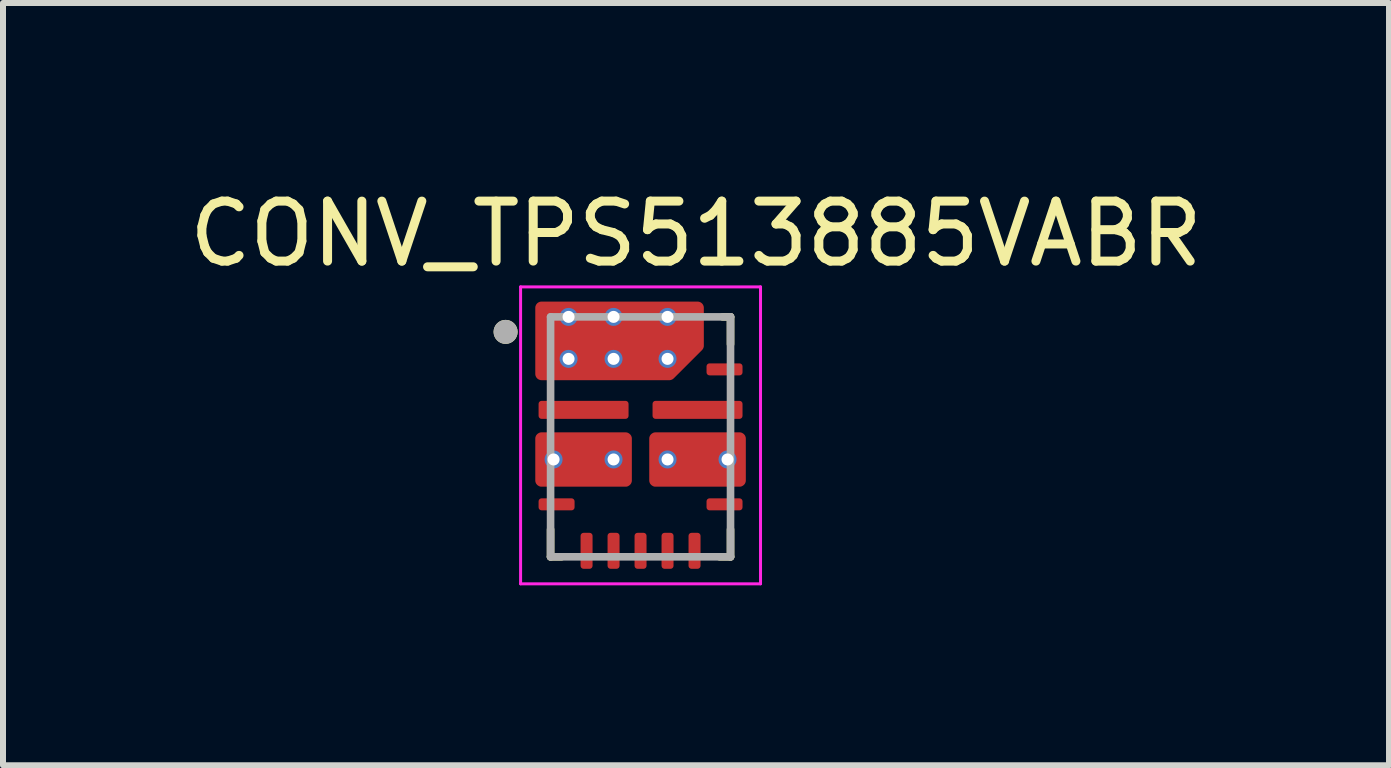
<source format=kicad_pcb>
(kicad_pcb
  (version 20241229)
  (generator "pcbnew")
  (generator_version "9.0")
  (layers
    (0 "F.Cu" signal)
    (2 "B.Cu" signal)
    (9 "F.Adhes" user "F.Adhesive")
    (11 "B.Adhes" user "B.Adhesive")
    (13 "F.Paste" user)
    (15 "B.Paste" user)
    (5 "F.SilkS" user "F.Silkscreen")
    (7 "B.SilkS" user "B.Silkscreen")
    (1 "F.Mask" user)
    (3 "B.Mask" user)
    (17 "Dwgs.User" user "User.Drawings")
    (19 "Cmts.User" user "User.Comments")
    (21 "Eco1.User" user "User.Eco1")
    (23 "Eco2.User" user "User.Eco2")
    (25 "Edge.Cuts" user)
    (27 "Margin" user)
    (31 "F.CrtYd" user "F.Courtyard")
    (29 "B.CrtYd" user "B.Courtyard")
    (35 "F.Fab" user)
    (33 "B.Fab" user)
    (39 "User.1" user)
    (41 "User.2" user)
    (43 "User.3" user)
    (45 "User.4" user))
  (footprint "CONV_TPS513885VABR"
    (layer "F.Cu")
    (at 7.629 4.233)
    (property "Reference" "CONV_TPS513885VABR" (at 0.925 -3.385 0) (layer "F.SilkS") (effects (font (size 1 1) (thickness 0.15))))
    (attr smd)
    (fp_poly (pts (xy -1.05 1.075) (xy -1.05 1.175) (xy -1.05 1.18) (xy -1.051 1.185) (xy -1.051 1.191) (xy -1.052 1.196) (xy -1.053 1.201) (xy -1.055 1.206) (xy -1.057 1.211) (xy -1.059 1.216) (xy -1.061 1.22) (xy -1.063 1.225) (xy -1.066 1.229) (xy -1.069 1.234) (xy -1.072 1.238) (xy -1.076 1.242) (xy -1.079 1.246) (xy -1.083 1.249) (xy -1.087 1.253) (xy -1.091 1.256) (xy -1.096 1.259) (xy -1.1 1.262) (xy -1.105 1.264) (xy -1.109 1.266) (xy -1.114 1.268) (xy -1.119 1.27) (xy -1.124 1.272) (xy -1.129 1.273) (xy -1.134 1.274) (xy -1.14 1.274) (xy -1.145 1.275) (xy -1.15 1.275) (xy -1.65 1.275) (xy -1.655 1.275) (xy -1.66 1.274) (xy -1.666 1.274) (xy -1.671 1.273) (xy -1.676 1.272) (xy -1.681 1.27) (xy -1.686 1.268) (xy -1.691 1.266) (xy -1.695 1.264) (xy -1.7 1.262) (xy -1.704 1.259) (xy -1.709 1.256) (xy -1.713 1.253) (xy -1.717 1.249) (xy -1.721 1.246) (xy -1.724 1.242) (xy -1.728 1.238) (xy -1.731 1.234) (xy -1.734 1.229) (xy -1.737 1.225) (xy -1.739 1.22) (xy -1.741 1.216) (xy -1.743 1.211) (xy -1.745 1.206) (xy -1.747 1.201) (xy -1.748 1.196) (xy -1.749 1.191) (xy -1.749 1.185) (xy -1.75 1.18) (xy -1.75 1.175) (xy -1.75 1.075) (xy -1.75 1.07) (xy -1.749 1.065) (xy -1.749 1.059) (xy -1.748 1.054) (xy -1.747 1.049) (xy -1.745 1.044) (xy -1.743 1.039) (xy -1.741 1.034) (xy -1.739 1.03) (xy -1.737 1.025) (xy -1.734 1.021) (xy -1.731 1.016) (xy -1.728 1.012) (xy -1.724 1.008) (xy -1.721 1.004) (xy -1.717 1.001) (xy -1.713 0.997) (xy -1.709 0.994) (xy -1.704 0.991) (xy -1.7 0.988) (xy -1.695 0.986) (xy -1.691 0.984) (xy -1.686 0.982) (xy -1.681 0.98) (xy -1.676 0.978) (xy -1.671 0.977) (xy -1.666 0.976) (xy -1.66 0.976) (xy -1.655 0.975) (xy -1.65 0.975) (xy -1.15 0.975) (xy -1.145 0.975) (xy -1.14 0.976) (xy -1.134 0.976) (xy -1.129 0.977) (xy -1.124 0.978) (xy -1.119 0.98) (xy -1.114 0.982) (xy -1.109 0.984) (xy -1.105 0.986) (xy -1.1 0.988) (xy -1.096 0.991) (xy -1.091 0.994) (xy -1.087 0.997) (xy -1.083 1.001) (xy -1.079 1.004) (xy -1.076 1.008) (xy -1.072 1.012) (xy -1.069 1.016) (xy -1.066 1.021) (xy -1.063 1.025) (xy -1.061 1.03) (xy -1.059 1.034) (xy -1.057 1.039) (xy -1.055 1.044) (xy -1.053 1.049) (xy -1.052 1.054) (xy -1.051 1.059) (xy -1.051 1.065) (xy -1.05 1.07) (xy -1.05 1.075)) (stroke (width 0.01) (type solid)) (fill yes) (layer "F.Mask"))
    (fp_poly (pts (xy -0.75 1.65) (xy -0.75 2.15) (xy -0.75 2.155) (xy -0.751 2.16) (xy -0.751 2.166) (xy -0.752 2.171) (xy -0.753 2.176) (xy -0.755 2.181) (xy -0.757 2.186) (xy -0.759 2.191) (xy -0.761 2.195) (xy -0.763 2.2) (xy -0.766 2.204) (xy -0.769 2.209) (xy -0.772 2.213) (xy -0.776 2.217) (xy -0.779 2.221) (xy -0.783 2.224) (xy -0.787 2.228) (xy -0.791 2.231) (xy -0.796 2.234) (xy -0.8 2.237) (xy -0.805 2.239) (xy -0.809 2.241) (xy -0.814 2.243) (xy -0.819 2.245) (xy -0.824 2.247) (xy -0.829 2.248) (xy -0.834 2.249) (xy -0.84 2.249) (xy -0.845 2.25) (xy -0.85 2.25) (xy -0.95 2.25) (xy -0.955 2.25) (xy -0.96 2.249) (xy -0.966 2.249) (xy -0.971 2.248) (xy -0.976 2.247) (xy -0.981 2.245) (xy -0.986 2.243) (xy -0.991 2.241) (xy -0.995 2.239) (xy -1 2.237) (xy -1.004 2.234) (xy -1.009 2.231) (xy -1.013 2.228) (xy -1.017 2.224) (xy -1.021 2.221) (xy -1.024 2.217) (xy -1.028 2.213) (xy -1.031 2.209) (xy -1.034 2.204) (xy -1.037 2.2) (xy -1.039 2.195) (xy -1.041 2.191) (xy -1.043 2.186) (xy -1.045 2.181) (xy -1.047 2.176) (xy -1.048 2.171) (xy -1.049 2.166) (xy -1.049 2.16) (xy -1.05 2.155) (xy -1.05 2.15) (xy -1.05 1.65) (xy -1.05 1.645) (xy -1.049 1.64) (xy -1.049 1.634) (xy -1.048 1.629) (xy -1.047 1.624) (xy -1.045 1.619) (xy -1.043 1.614) (xy -1.041 1.609) (xy -1.039 1.605) (xy -1.037 1.6) (xy -1.034 1.596) (xy -1.031 1.591) (xy -1.028 1.587) (xy -1.024 1.583) (xy -1.021 1.579) (xy -1.017 1.576) (xy -1.013 1.572) (xy -1.009 1.569) (xy -1.004 1.566) (xy -1 1.563) (xy -0.995 1.561) (xy -0.991 1.559) (xy -0.986 1.557) (xy -0.981 1.555) (xy -0.976 1.553) (xy -0.971 1.552) (xy -0.966 1.551) (xy -0.96 1.551) (xy -0.955 1.55) (xy -0.95 1.55) (xy -0.85 1.55) (xy -0.845 1.55) (xy -0.84 1.551) (xy -0.834 1.551) (xy -0.829 1.552) (xy -0.824 1.553) (xy -0.819 1.555) (xy -0.814 1.557) (xy -0.809 1.559) (xy -0.805 1.561) (xy -0.8 1.563) (xy -0.796 1.566) (xy -0.791 1.569) (xy -0.787 1.572) (xy -0.783 1.576) (xy -0.779 1.579) (xy -0.776 1.583) (xy -0.772 1.587) (xy -0.769 1.591) (xy -0.766 1.596) (xy -0.763 1.6) (xy -0.761 1.605) (xy -0.759 1.609) (xy -0.757 1.614) (xy -0.755 1.619) (xy -0.753 1.624) (xy -0.752 1.629) (xy -0.751 1.634) (xy -0.751 1.64) (xy -0.75 1.645) (xy -0.75 1.65)) (stroke (width 0.01) (type solid)) (fill yes) (layer "F.Mask"))
    (fp_poly (pts (xy -0.3 1.65) (xy -0.3 2.15) (xy -0.3 2.155) (xy -0.301 2.16) (xy -0.301 2.166) (xy -0.302 2.171) (xy -0.303 2.176) (xy -0.305 2.181) (xy -0.307 2.186) (xy -0.309 2.191) (xy -0.311 2.195) (xy -0.313 2.2) (xy -0.316 2.204) (xy -0.319 2.209) (xy -0.322 2.213) (xy -0.326 2.217) (xy -0.329 2.221) (xy -0.333 2.224) (xy -0.337 2.228) (xy -0.341 2.231) (xy -0.346 2.234) (xy -0.35 2.237) (xy -0.355 2.239) (xy -0.359 2.241) (xy -0.364 2.243) (xy -0.369 2.245) (xy -0.374 2.247) (xy -0.379 2.248) (xy -0.384 2.249) (xy -0.39 2.249) (xy -0.395 2.25) (xy -0.4 2.25) (xy -0.5 2.25) (xy -0.505 2.25) (xy -0.51 2.249) (xy -0.516 2.249) (xy -0.521 2.248) (xy -0.526 2.247) (xy -0.531 2.245) (xy -0.536 2.243) (xy -0.541 2.241) (xy -0.545 2.239) (xy -0.55 2.237) (xy -0.554 2.234) (xy -0.559 2.231) (xy -0.563 2.228) (xy -0.567 2.224) (xy -0.571 2.221) (xy -0.574 2.217) (xy -0.578 2.213) (xy -0.581 2.209) (xy -0.584 2.204) (xy -0.587 2.2) (xy -0.589 2.195) (xy -0.591 2.191) (xy -0.593 2.186) (xy -0.595 2.181) (xy -0.597 2.176) (xy -0.598 2.171) (xy -0.599 2.166) (xy -0.599 2.16) (xy -0.6 2.155) (xy -0.6 2.15) (xy -0.6 1.65) (xy -0.6 1.645) (xy -0.599 1.64) (xy -0.599 1.634) (xy -0.598 1.629) (xy -0.597 1.624) (xy -0.595 1.619) (xy -0.593 1.614) (xy -0.591 1.609) (xy -0.589 1.605) (xy -0.587 1.6) (xy -0.584 1.596) (xy -0.581 1.591) (xy -0.578 1.587) (xy -0.574 1.583) (xy -0.571 1.579) (xy -0.567 1.576) (xy -0.563 1.572) (xy -0.559 1.569) (xy -0.554 1.566) (xy -0.55 1.563) (xy -0.545 1.561) (xy -0.541 1.559) (xy -0.536 1.557) (xy -0.531 1.555) (xy -0.526 1.553) (xy -0.521 1.552) (xy -0.516 1.551) (xy -0.51 1.551) (xy -0.505 1.55) (xy -0.5 1.55) (xy -0.4 1.55) (xy -0.395 1.55) (xy -0.39 1.551) (xy -0.384 1.551) (xy -0.379 1.552) (xy -0.374 1.553) (xy -0.369 1.555) (xy -0.364 1.557) (xy -0.359 1.559) (xy -0.355 1.561) (xy -0.35 1.563) (xy -0.346 1.566) (xy -0.341 1.569) (xy -0.337 1.572) (xy -0.333 1.576) (xy -0.329 1.579) (xy -0.326 1.583) (xy -0.322 1.587) (xy -0.319 1.591) (xy -0.316 1.596) (xy -0.313 1.6) (xy -0.311 1.605) (xy -0.309 1.609) (xy -0.307 1.614) (xy -0.305 1.619) (xy -0.303 1.624) (xy -0.302 1.629) (xy -0.301 1.634) (xy -0.301 1.64) (xy -0.3 1.645) (xy -0.3 1.65)) (stroke (width 0.01) (type solid)) (fill yes) (layer "F.Mask"))
    (fp_poly (pts (xy -0.15 -0.55) (xy -0.15 -0.35) (xy -0.15 -0.345) (xy -0.151 -0.34) (xy -0.151 -0.334) (xy -0.152 -0.329) (xy -0.153 -0.324) (xy -0.155 -0.319) (xy -0.157 -0.314) (xy -0.159 -0.309) (xy -0.161 -0.305) (xy -0.163 -0.3) (xy -0.166 -0.296) (xy -0.169 -0.291) (xy -0.172 -0.287) (xy -0.176 -0.283) (xy -0.179 -0.279) (xy -0.183 -0.276) (xy -0.187 -0.272) (xy -0.191 -0.269) (xy -0.196 -0.266) (xy -0.2 -0.263) (xy -0.205 -0.261) (xy -0.209 -0.259) (xy -0.214 -0.257) (xy -0.219 -0.255) (xy -0.224 -0.253) (xy -0.229 -0.252) (xy -0.234 -0.251) (xy -0.24 -0.251) (xy -0.245 -0.25) (xy -0.25 -0.25) (xy -1.65 -0.25) (xy -1.655 -0.25) (xy -1.66 -0.251) (xy -1.666 -0.251) (xy -1.671 -0.252) (xy -1.676 -0.253) (xy -1.681 -0.255) (xy -1.686 -0.257) (xy -1.691 -0.259) (xy -1.695 -0.261) (xy -1.7 -0.263) (xy -1.704 -0.266) (xy -1.709 -0.269) (xy -1.713 -0.272) (xy -1.717 -0.276) (xy -1.721 -0.279) (xy -1.724 -0.283) (xy -1.728 -0.287) (xy -1.731 -0.291) (xy -1.734 -0.296) (xy -1.737 -0.3) (xy -1.739 -0.305) (xy -1.741 -0.309) (xy -1.743 -0.314) (xy -1.745 -0.319) (xy -1.747 -0.324) (xy -1.748 -0.329) (xy -1.749 -0.334) (xy -1.749 -0.34) (xy -1.75 -0.345) (xy -1.75 -0.35) (xy -1.75 -0.55) (xy -1.75 -0.555) (xy -1.749 -0.56) (xy -1.749 -0.566) (xy -1.748 -0.571) (xy -1.747 -0.576) (xy -1.745 -0.581) (xy -1.743 -0.586) (xy -1.741 -0.591) (xy -1.739 -0.595) (xy -1.737 -0.6) (xy -1.734 -0.604) (xy -1.731 -0.609) (xy -1.728 -0.613) (xy -1.724 -0.617) (xy -1.721 -0.621) (xy -1.717 -0.624) (xy -1.713 -0.628) (xy -1.709 -0.631) (xy -1.704 -0.634) (xy -1.7 -0.637) (xy -1.695 -0.639) (xy -1.691 -0.641) (xy -1.686 -0.643) (xy -1.681 -0.645) (xy -1.676 -0.647) (xy -1.671 -0.648) (xy -1.666 -0.649) (xy -1.66 -0.649) (xy -1.655 -0.65) (xy -1.65 -0.65) (xy -0.25 -0.65) (xy -0.245 -0.65) (xy -0.24 -0.649) (xy -0.234 -0.649) (xy -0.229 -0.648) (xy -0.224 -0.647) (xy -0.219 -0.645) (xy -0.214 -0.643) (xy -0.209 -0.641) (xy -0.205 -0.639) (xy -0.2 -0.637) (xy -0.196 -0.634) (xy -0.191 -0.631) (xy -0.187 -0.628) (xy -0.183 -0.624) (xy -0.179 -0.621) (xy -0.176 -0.617) (xy -0.172 -0.613) (xy -0.169 -0.609) (xy -0.166 -0.604) (xy -0.163 -0.6) (xy -0.161 -0.595) (xy -0.159 -0.591) (xy -0.157 -0.586) (xy -0.155 -0.581) (xy -0.153 -0.576) (xy -0.152 -0.571) (xy -0.151 -0.566) (xy -0.151 -0.56) (xy -0.15 -0.555) (xy -0.15 -0.55)) (stroke (width 0.01) (type solid)) (fill yes) (layer "F.Mask"))
    (fp_poly (pts (xy 0.15 1.65) (xy 0.15 2.15) (xy 0.15 2.155) (xy 0.149 2.16) (xy 0.149 2.166) (xy 0.148 2.171) (xy 0.147 2.176) (xy 0.145 2.181) (xy 0.143 2.186) (xy 0.141 2.191) (xy 0.139 2.195) (xy 0.137 2.2) (xy 0.134 2.204) (xy 0.131 2.209) (xy 0.128 2.213) (xy 0.124 2.217) (xy 0.121 2.221) (xy 0.117 2.224) (xy 0.113 2.228) (xy 0.109 2.231) (xy 0.104 2.234) (xy 0.1 2.237) (xy 0.095 2.239) (xy 0.091 2.241) (xy 0.086 2.243) (xy 0.081 2.245) (xy 0.076 2.247) (xy 0.071 2.248) (xy 0.066 2.249) (xy 0.06 2.249) (xy 0.055 2.25) (xy 0.05 2.25) (xy -0.05 2.25) (xy -0.055 2.25) (xy -0.06 2.249) (xy -0.066 2.249) (xy -0.071 2.248) (xy -0.076 2.247) (xy -0.081 2.245) (xy -0.086 2.243) (xy -0.091 2.241) (xy -0.095 2.239) (xy -0.1 2.237) (xy -0.104 2.234) (xy -0.109 2.231) (xy -0.113 2.228) (xy -0.117 2.224) (xy -0.121 2.221) (xy -0.124 2.217) (xy -0.128 2.213) (xy -0.131 2.209) (xy -0.134 2.204) (xy -0.137 2.2) (xy -0.139 2.195) (xy -0.141 2.191) (xy -0.143 2.186) (xy -0.145 2.181) (xy -0.147 2.176) (xy -0.148 2.171) (xy -0.149 2.166) (xy -0.149 2.16) (xy -0.15 2.155) (xy -0.15 2.15) (xy -0.15 1.65) (xy -0.15 1.645) (xy -0.149 1.64) (xy -0.149 1.634) (xy -0.148 1.629) (xy -0.147 1.624) (xy -0.145 1.619) (xy -0.143 1.614) (xy -0.141 1.609) (xy -0.139 1.605) (xy -0.137 1.6) (xy -0.134 1.596) (xy -0.131 1.591) (xy -0.128 1.587) (xy -0.124 1.583) (xy -0.121 1.579) (xy -0.117 1.576) (xy -0.113 1.572) (xy -0.109 1.569) (xy -0.104 1.566) (xy -0.1 1.563) (xy -0.095 1.561) (xy -0.091 1.559) (xy -0.086 1.557) (xy -0.081 1.555) (xy -0.076 1.553) (xy -0.071 1.552) (xy -0.066 1.551) (xy -0.06 1.551) (xy -0.055 1.55) (xy -0.05 1.55) (xy 0.05 1.55) (xy 0.055 1.55) (xy 0.06 1.551) (xy 0.066 1.551) (xy 0.071 1.552) (xy 0.076 1.553) (xy 0.081 1.555) (xy 0.086 1.557) (xy 0.091 1.559) (xy 0.095 1.561) (xy 0.1 1.563) (xy 0.104 1.566) (xy 0.109 1.569) (xy 0.113 1.572) (xy 0.117 1.576) (xy 0.121 1.579) (xy 0.124 1.583) (xy 0.128 1.587) (xy 0.131 1.591) (xy 0.134 1.596) (xy 0.137 1.6) (xy 0.139 1.605) (xy 0.141 1.609) (xy 0.143 1.614) (xy 0.145 1.619) (xy 0.147 1.624) (xy 0.148 1.629) (xy 0.149 1.634) (xy 0.149 1.64) (xy 0.15 1.645) (xy 0.15 1.65)) (stroke (width 0.01) (type solid)) (fill yes) (layer "F.Mask"))
    (fp_poly (pts (xy 0.6 1.65) (xy 0.6 2.15) (xy 0.6 2.155) (xy 0.599 2.16) (xy 0.599 2.166) (xy 0.598 2.171) (xy 0.597 2.176) (xy 0.595 2.181) (xy 0.593 2.186) (xy 0.591 2.191) (xy 0.589 2.195) (xy 0.587 2.2) (xy 0.584 2.204) (xy 0.581 2.209) (xy 0.578 2.213) (xy 0.574 2.217) (xy 0.571 2.221) (xy 0.567 2.224) (xy 0.563 2.228) (xy 0.559 2.231) (xy 0.554 2.234) (xy 0.55 2.237) (xy 0.545 2.239) (xy 0.541 2.241) (xy 0.536 2.243) (xy 0.531 2.245) (xy 0.526 2.247) (xy 0.521 2.248) (xy 0.516 2.249) (xy 0.51 2.249) (xy 0.505 2.25) (xy 0.5 2.25) (xy 0.4 2.25) (xy 0.395 2.25) (xy 0.39 2.249) (xy 0.384 2.249) (xy 0.379 2.248) (xy 0.374 2.247) (xy 0.369 2.245) (xy 0.364 2.243) (xy 0.359 2.241) (xy 0.355 2.239) (xy 0.35 2.237) (xy 0.346 2.234) (xy 0.341 2.231) (xy 0.337 2.228) (xy 0.333 2.224) (xy 0.329 2.221) (xy 0.326 2.217) (xy 0.322 2.213) (xy 0.319 2.209) (xy 0.316 2.204) (xy 0.313 2.2) (xy 0.311 2.195) (xy 0.309 2.191) (xy 0.307 2.186) (xy 0.305 2.181) (xy 0.303 2.176) (xy 0.302 2.171) (xy 0.301 2.166) (xy 0.301 2.16) (xy 0.3 2.155) (xy 0.3 2.15) (xy 0.3 1.65) (xy 0.3 1.645) (xy 0.301 1.64) (xy 0.301 1.634) (xy 0.302 1.629) (xy 0.303 1.624) (xy 0.305 1.619) (xy 0.307 1.614) (xy 0.309 1.609) (xy 0.311 1.605) (xy 0.313 1.6) (xy 0.316 1.596) (xy 0.319 1.591) (xy 0.322 1.587) (xy 0.326 1.583) (xy 0.329 1.579) (xy 0.333 1.576) (xy 0.337 1.572) (xy 0.341 1.569) (xy 0.346 1.566) (xy 0.35 1.563) (xy 0.355 1.561) (xy 0.359 1.559) (xy 0.364 1.557) (xy 0.369 1.555) (xy 0.374 1.553) (xy 0.379 1.552) (xy 0.384 1.551) (xy 0.39 1.551) (xy 0.395 1.55) (xy 0.4 1.55) (xy 0.5 1.55) (xy 0.505 1.55) (xy 0.51 1.551) (xy 0.516 1.551) (xy 0.521 1.552) (xy 0.526 1.553) (xy 0.531 1.555) (xy 0.536 1.557) (xy 0.541 1.559) (xy 0.545 1.561) (xy 0.55 1.563) (xy 0.554 1.566) (xy 0.559 1.569) (xy 0.563 1.572) (xy 0.567 1.576) (xy 0.571 1.579) (xy 0.574 1.583) (xy 0.578 1.587) (xy 0.581 1.591) (xy 0.584 1.596) (xy 0.587 1.6) (xy 0.589 1.605) (xy 0.591 1.609) (xy 0.593 1.614) (xy 0.595 1.619) (xy 0.597 1.624) (xy 0.598 1.629) (xy 0.599 1.634) (xy 0.599 1.64) (xy 0.6 1.645) (xy 0.6 1.65)) (stroke (width 0.01) (type solid)) (fill yes) (layer "F.Mask"))
    (fp_poly (pts (xy 1.05 1.65) (xy 1.05 2.15) (xy 1.05 2.155) (xy 1.049 2.16) (xy 1.049 2.166) (xy 1.048 2.171) (xy 1.047 2.176) (xy 1.045 2.181) (xy 1.043 2.186) (xy 1.041 2.191) (xy 1.039 2.195) (xy 1.037 2.2) (xy 1.034 2.204) (xy 1.031 2.209) (xy 1.028 2.213) (xy 1.024 2.217) (xy 1.021 2.221) (xy 1.017 2.224) (xy 1.013 2.228) (xy 1.009 2.231) (xy 1.004 2.234) (xy 1 2.237) (xy 0.995 2.239) (xy 0.991 2.241) (xy 0.986 2.243) (xy 0.981 2.245) (xy 0.976 2.247) (xy 0.971 2.248) (xy 0.966 2.249) (xy 0.96 2.249) (xy 0.955 2.25) (xy 0.95 2.25) (xy 0.85 2.25) (xy 0.845 2.25) (xy 0.84 2.249) (xy 0.834 2.249) (xy 0.829 2.248) (xy 0.824 2.247) (xy 0.819 2.245) (xy 0.814 2.243) (xy 0.809 2.241) (xy 0.805 2.239) (xy 0.8 2.237) (xy 0.796 2.234) (xy 0.791 2.231) (xy 0.787 2.228) (xy 0.783 2.224) (xy 0.779 2.221) (xy 0.776 2.217) (xy 0.772 2.213) (xy 0.769 2.209) (xy 0.766 2.204) (xy 0.763 2.2) (xy 0.761 2.195) (xy 0.759 2.191) (xy 0.757 2.186) (xy 0.755 2.181) (xy 0.753 2.176) (xy 0.752 2.171) (xy 0.751 2.166) (xy 0.751 2.16) (xy 0.75 2.155) (xy 0.75 2.15) (xy 0.75 1.65) (xy 0.75 1.645) (xy 0.751 1.64) (xy 0.751 1.634) (xy 0.752 1.629) (xy 0.753 1.624) (xy 0.755 1.619) (xy 0.757 1.614) (xy 0.759 1.609) (xy 0.761 1.605) (xy 0.763 1.6) (xy 0.766 1.596) (xy 0.769 1.591) (xy 0.772 1.587) (xy 0.776 1.583) (xy 0.779 1.579) (xy 0.783 1.576) (xy 0.787 1.572) (xy 0.791 1.569) (xy 0.796 1.566) (xy 0.8 1.563) (xy 0.805 1.561) (xy 0.809 1.559) (xy 0.814 1.557) (xy 0.819 1.555) (xy 0.824 1.553) (xy 0.829 1.552) (xy 0.834 1.551) (xy 0.84 1.551) (xy 0.845 1.55) (xy 0.85 1.55) (xy 0.95 1.55) (xy 0.955 1.55) (xy 0.96 1.551) (xy 0.966 1.551) (xy 0.971 1.552) (xy 0.976 1.553) (xy 0.981 1.555) (xy 0.986 1.557) (xy 0.991 1.559) (xy 0.995 1.561) (xy 1 1.563) (xy 1.004 1.566) (xy 1.009 1.569) (xy 1.013 1.572) (xy 1.017 1.576) (xy 1.021 1.579) (xy 1.024 1.583) (xy 1.028 1.587) (xy 1.031 1.591) (xy 1.034 1.596) (xy 1.037 1.6) (xy 1.039 1.605) (xy 1.041 1.609) (xy 1.043 1.614) (xy 1.045 1.619) (xy 1.047 1.624) (xy 1.048 1.629) (xy 1.049 1.634) (xy 1.049 1.64) (xy 1.05 1.645) (xy 1.05 1.65)) (stroke (width 0.01) (type solid)) (fill yes) (layer "F.Mask"))
    (fp_poly (pts (xy 1.65 -1.275) (xy 1.15 -1.275) (xy 1.145 -1.275) (xy 1.14 -1.274) (xy 1.134 -1.274) (xy 1.129 -1.273) (xy 1.124 -1.272) (xy 1.119 -1.27) (xy 1.114 -1.268) (xy 1.109 -1.266) (xy 1.105 -1.264) (xy 1.1 -1.262) (xy 1.096 -1.259) (xy 1.091 -1.256) (xy 1.087 -1.253) (xy 1.083 -1.249) (xy 1.079 -1.246) (xy 1.076 -1.242) (xy 1.072 -1.238) (xy 1.069 -1.234) (xy 1.066 -1.229) (xy 1.063 -1.225) (xy 1.061 -1.22) (xy 1.059 -1.216) (xy 1.057 -1.211) (xy 1.055 -1.206) (xy 1.053 -1.201) (xy 1.052 -1.196) (xy 1.051 -1.191) (xy 1.051 -1.185) (xy 1.05 -1.18) (xy 1.05 -1.175) (xy 1.05 -1.075) (xy 1.05 -1.07) (xy 1.051 -1.065) (xy 1.051 -1.059) (xy 1.052 -1.054) (xy 1.053 -1.049) (xy 1.055 -1.044) (xy 1.057 -1.039) (xy 1.059 -1.034) (xy 1.061 -1.03) (xy 1.063 -1.025) (xy 1.066 -1.021) (xy 1.069 -1.016) (xy 1.072 -1.012) (xy 1.076 -1.008) (xy 1.079 -1.004) (xy 1.083 -1.001) (xy 1.087 -0.997) (xy 1.091 -0.994) (xy 1.096 -0.991) (xy 1.1 -0.988) (xy 1.105 -0.986) (xy 1.109 -0.984) (xy 1.114 -0.982) (xy 1.119 -0.98) (xy 1.124 -0.978) (xy 1.129 -0.977) (xy 1.134 -0.976) (xy 1.14 -0.976) (xy 1.145 -0.975) (xy 1.15 -0.975) (xy 1.65 -0.975) (xy 1.655 -0.975) (xy 1.66 -0.976) (xy 1.666 -0.976) (xy 1.671 -0.977) (xy 1.676 -0.978) (xy 1.681 -0.98) (xy 1.686 -0.982) (xy 1.691 -0.984) (xy 1.695 -0.986) (xy 1.7 -0.988) (xy 1.704 -0.991) (xy 1.709 -0.994) (xy 1.713 -0.997) (xy 1.717 -1.001) (xy 1.721 -1.004) (xy 1.724 -1.008) (xy 1.728 -1.012) (xy 1.731 -1.016) (xy 1.734 -1.021) (xy 1.737 -1.025) (xy 1.739 -1.03) (xy 1.741 -1.034) (xy 1.743 -1.039) (xy 1.745 -1.044) (xy 1.747 -1.049) (xy 1.748 -1.054) (xy 1.749 -1.059) (xy 1.749 -1.065) (xy 1.75 -1.07) (xy 1.75 -1.075) (xy 1.75 -1.175) (xy 1.75 -1.18) (xy 1.749 -1.185) (xy 1.749 -1.191) (xy 1.748 -1.196) (xy 1.747 -1.201) (xy 1.745 -1.206) (xy 1.743 -1.211) (xy 1.741 -1.216) (xy 1.739 -1.22) (xy 1.737 -1.225) (xy 1.734 -1.229) (xy 1.731 -1.234) (xy 1.728 -1.238) (xy 1.724 -1.242) (xy 1.721 -1.246) (xy 1.717 -1.249) (xy 1.713 -1.253) (xy 1.709 -1.256) (xy 1.704 -1.259) (xy 1.7 -1.262) (xy 1.695 -1.264) (xy 1.691 -1.266) (xy 1.686 -1.268) (xy 1.681 -1.27) (xy 1.676 -1.272) (xy 1.671 -1.273) (xy 1.666 -1.274) (xy 1.66 -1.274) (xy 1.655 -1.275) (xy 1.65 -1.275)) (stroke (width 0.01) (type solid)) (fill yes) (layer "F.Mask"))
    (fp_poly (pts (xy 1.65 1.275) (xy 1.15 1.275) (xy 1.145 1.275) (xy 1.14 1.274) (xy 1.134 1.274) (xy 1.129 1.273) (xy 1.124 1.272) (xy 1.119 1.27) (xy 1.114 1.268) (xy 1.109 1.266) (xy 1.105 1.264) (xy 1.1 1.262) (xy 1.096 1.259) (xy 1.091 1.256) (xy 1.087 1.253) (xy 1.083 1.249) (xy 1.079 1.246) (xy 1.076 1.242) (xy 1.072 1.238) (xy 1.069 1.234) (xy 1.066 1.229) (xy 1.063 1.225) (xy 1.061 1.22) (xy 1.059 1.216) (xy 1.057 1.211) (xy 1.055 1.206) (xy 1.053 1.201) (xy 1.052 1.196) (xy 1.051 1.191) (xy 1.051 1.185) (xy 1.05 1.18) (xy 1.05 1.175) (xy 1.05 1.075) (xy 1.05 1.07) (xy 1.051 1.065) (xy 1.051 1.059) (xy 1.052 1.054) (xy 1.053 1.049) (xy 1.055 1.044) (xy 1.057 1.039) (xy 1.059 1.034) (xy 1.061 1.03) (xy 1.063 1.025) (xy 1.066 1.021) (xy 1.069 1.016) (xy 1.072 1.012) (xy 1.076 1.008) (xy 1.079 1.004) (xy 1.083 1.001) (xy 1.087 0.997) (xy 1.091 0.994) (xy 1.096 0.991) (xy 1.1 0.988) (xy 1.105 0.986) (xy 1.109 0.984) (xy 1.114 0.982) (xy 1.119 0.98) (xy 1.124 0.978) (xy 1.129 0.977) (xy 1.134 0.976) (xy 1.14 0.976) (xy 1.145 0.975) (xy 1.15 0.975) (xy 1.65 0.975) (xy 1.655 0.975) (xy 1.66 0.976) (xy 1.666 0.976) (xy 1.671 0.977) (xy 1.676 0.978) (xy 1.681 0.98) (xy 1.686 0.982) (xy 1.691 0.984) (xy 1.695 0.986) (xy 1.7 0.988) (xy 1.704 0.991) (xy 1.709 0.994) (xy 1.713 0.997) (xy 1.717 1.001) (xy 1.721 1.004) (xy 1.724 1.008) (xy 1.728 1.012) (xy 1.731 1.016) (xy 1.734 1.021) (xy 1.737 1.025) (xy 1.739 1.03) (xy 1.741 1.034) (xy 1.743 1.039) (xy 1.745 1.044) (xy 1.747 1.049) (xy 1.748 1.054) (xy 1.749 1.059) (xy 1.749 1.065) (xy 1.75 1.07) (xy 1.75 1.075) (xy 1.75 1.175) (xy 1.75 1.18) (xy 1.749 1.185) (xy 1.749 1.191) (xy 1.748 1.196) (xy 1.747 1.201) (xy 1.745 1.206) (xy 1.743 1.211) (xy 1.741 1.216) (xy 1.739 1.22) (xy 1.737 1.225) (xy 1.734 1.229) (xy 1.731 1.234) (xy 1.728 1.238) (xy 1.724 1.242) (xy 1.721 1.246) (xy 1.717 1.249) (xy 1.713 1.253) (xy 1.709 1.256) (xy 1.704 1.259) (xy 1.7 1.262) (xy 1.695 1.264) (xy 1.691 1.266) (xy 1.686 1.268) (xy 1.681 1.27) (xy 1.676 1.272) (xy 1.671 1.273) (xy 1.666 1.274) (xy 1.66 1.274) (xy 1.655 1.275) (xy 1.65 1.275)) (stroke (width 0.01) (type solid)) (fill yes) (layer "F.Mask"))
    (fp_poly (pts (xy 1.75 -0.55) (xy 1.75 -0.35) (xy 1.75 -0.345) (xy 1.749 -0.34) (xy 1.749 -0.334) (xy 1.748 -0.329) (xy 1.747 -0.324) (xy 1.745 -0.319) (xy 1.743 -0.314) (xy 1.741 -0.309) (xy 1.739 -0.305) (xy 1.737 -0.3) (xy 1.734 -0.296) (xy 1.731 -0.291) (xy 1.728 -0.287) (xy 1.724 -0.283) (xy 1.721 -0.279) (xy 1.717 -0.276) (xy 1.713 -0.272) (xy 1.709 -0.269) (xy 1.704 -0.266) (xy 1.7 -0.263) (xy 1.695 -0.261) (xy 1.691 -0.259) (xy 1.686 -0.257) (xy 1.681 -0.255) (xy 1.676 -0.253) (xy 1.671 -0.252) (xy 1.666 -0.251) (xy 1.66 -0.251) (xy 1.655 -0.25) (xy 1.65 -0.25) (xy 0.25 -0.25) (xy 0.245 -0.25) (xy 0.24 -0.251) (xy 0.234 -0.251) (xy 0.229 -0.252) (xy 0.224 -0.253) (xy 0.219 -0.255) (xy 0.214 -0.257) (xy 0.209 -0.259) (xy 0.205 -0.261) (xy 0.2 -0.263) (xy 0.196 -0.266) (xy 0.191 -0.269) (xy 0.187 -0.272) (xy 0.183 -0.276) (xy 0.179 -0.279) (xy 0.176 -0.283) (xy 0.172 -0.287) (xy 0.169 -0.291) (xy 0.166 -0.296) (xy 0.163 -0.3) (xy 0.161 -0.305) (xy 0.159 -0.309) (xy 0.157 -0.314) (xy 0.155 -0.319) (xy 0.153 -0.324) (xy 0.152 -0.329) (xy 0.151 -0.334) (xy 0.151 -0.34) (xy 0.15 -0.345) (xy 0.15 -0.35) (xy 0.15 -0.55) (xy 0.15 -0.555) (xy 0.151 -0.56) (xy 0.151 -0.566) (xy 0.152 -0.571) (xy 0.153 -0.576) (xy 0.155 -0.581) (xy 0.157 -0.586) (xy 0.159 -0.591) (xy 0.161 -0.595) (xy 0.163 -0.6) (xy 0.166 -0.604) (xy 0.169 -0.609) (xy 0.172 -0.613) (xy 0.176 -0.617) (xy 0.179 -0.621) (xy 0.183 -0.624) (xy 0.187 -0.628) (xy 0.191 -0.631) (xy 0.196 -0.634) (xy 0.2 -0.637) (xy 0.205 -0.639) (xy 0.209 -0.641) (xy 0.214 -0.643) (xy 0.219 -0.645) (xy 0.224 -0.647) (xy 0.229 -0.648) (xy 0.234 -0.649) (xy 0.24 -0.649) (xy 0.245 -0.65) (xy 0.25 -0.65) (xy 1.65 -0.65) (xy 1.655 -0.65) (xy 1.66 -0.649) (xy 1.666 -0.649) (xy 1.671 -0.648) (xy 1.676 -0.647) (xy 1.681 -0.645) (xy 1.686 -0.643) (xy 1.691 -0.641) (xy 1.695 -0.639) (xy 1.7 -0.637) (xy 1.704 -0.634) (xy 1.709 -0.631) (xy 1.713 -0.628) (xy 1.717 -0.624) (xy 1.721 -0.621) (xy 1.724 -0.617) (xy 1.728 -0.613) (xy 1.731 -0.609) (xy 1.734 -0.604) (xy 1.737 -0.6) (xy 1.739 -0.595) (xy 1.741 -0.591) (xy 1.743 -0.586) (xy 1.745 -0.581) (xy 1.747 -0.576) (xy 1.748 -0.571) (xy 1.749 -0.566) (xy 1.749 -0.56) (xy 1.75 -0.555) (xy 1.75 -0.55)) (stroke (width 0.01) (type solid)) (fill yes) (layer "F.Mask"))
    (fp_poly (pts (xy -1.375 0.725) (xy -1.65 0.725) (xy -1.653 0.725) (xy -1.655 0.725) (xy -1.658 0.724) (xy -1.66 0.724) (xy -1.663 0.723) (xy -1.665 0.723) (xy -1.668 0.722) (xy -1.67 0.721) (xy -1.673 0.72) (xy -1.675 0.718) (xy -1.677 0.717) (xy -1.679 0.715) (xy -1.681 0.714) (xy -1.683 0.712) (xy -1.685 0.71) (xy -1.687 0.708) (xy -1.689 0.706) (xy -1.69 0.704) (xy -1.692 0.702) (xy -1.693 0.7) (xy -1.695 0.698) (xy -1.696 0.695) (xy -1.697 0.693) (xy -1.698 0.69) (xy -1.698 0.688) (xy -1.699 0.685) (xy -1.699 0.683) (xy -1.7 0.68) (xy -1.7 0.678) (xy -1.7 0.675) (xy -1.7 0.575) (xy -1.7 0.572) (xy -1.7 0.57) (xy -1.699 0.567) (xy -1.699 0.565) (xy -1.698 0.562) (xy -1.698 0.56) (xy -1.697 0.557) (xy -1.696 0.555) (xy -1.695 0.552) (xy -1.693 0.55) (xy -1.692 0.548) (xy -1.69 0.546) (xy -1.689 0.544) (xy -1.687 0.542) (xy -1.685 0.54) (xy -1.683 0.538) (xy -1.681 0.536) (xy -1.679 0.535) (xy -1.677 0.533) (xy -1.675 0.532) (xy -1.673 0.53) (xy -1.67 0.529) (xy -1.668 0.528) (xy -1.665 0.527) (xy -1.663 0.527) (xy -1.66 0.526) (xy -1.658 0.526) (xy -1.655 0.525) (xy -1.653 0.525) (xy -1.65 0.525) (xy -1.4 0.525) (xy -1.397 0.525) (xy -1.395 0.525) (xy -1.392 0.524) (xy -1.39 0.524) (xy -1.387 0.523) (xy -1.385 0.523) (xy -1.382 0.522) (xy -1.38 0.521) (xy -1.377 0.52) (xy -1.375 0.518) (xy -1.373 0.517) (xy -1.371 0.515) (xy -1.369 0.514) (xy -1.367 0.512) (xy -1.365 0.51) (xy -1.363 0.508) (xy -1.361 0.506) (xy -1.36 0.504) (xy -1.358 0.502) (xy -1.357 0.5) (xy -1.355 0.498) (xy -1.354 0.495) (xy -1.353 0.493) (xy -1.352 0.49) (xy -1.352 0.488) (xy -1.351 0.485) (xy -1.351 0.483) (xy -1.35 0.48) (xy -1.35 0.478) (xy -1.35 0.475) (xy -1.35 0.275) (xy -1.35 0.272) (xy -1.35 0.27) (xy -1.351 0.267) (xy -1.351 0.265) (xy -1.352 0.262) (xy -1.352 0.26) (xy -1.353 0.257) (xy -1.354 0.255) (xy -1.355 0.252) (xy -1.357 0.25) (xy -1.358 0.248) (xy -1.36 0.246) (xy -1.361 0.244) (xy -1.363 0.242) (xy -1.365 0.24) (xy -1.367 0.238) (xy -1.369 0.236) (xy -1.371 0.235) (xy -1.373 0.233) (xy -1.375 0.232) (xy -1.377 0.23) (xy -1.38 0.229) (xy -1.382 0.228) (xy -1.385 0.227) (xy -1.387 0.227) (xy -1.39 0.226) (xy -1.392 0.226) (xy -1.395 0.225) (xy -1.397 0.225) (xy -1.4 0.225) (xy -1.65 0.225) (xy -1.653 0.225) (xy -1.655 0.225) (xy -1.658 0.224) (xy -1.66 0.224) (xy -1.663 0.223) (xy -1.665 0.223) (xy -1.668 0.222) (xy -1.67 0.221) (xy -1.673 0.22) (xy -1.675 0.218) (xy -1.677 0.217) (xy -1.679 0.215) (xy -1.681 0.214) (xy -1.683 0.212) (xy -1.685 0.21) (xy -1.687 0.208) (xy -1.689 0.206) (xy -1.69 0.204) (xy -1.692 0.202) (xy -1.693 0.2) (xy -1.695 0.198) (xy -1.696 0.195) (xy -1.697 0.193) (xy -1.698 0.19) (xy -1.698 0.188) (xy -1.699 0.185) (xy -1.699 0.183) (xy -1.7 0.18) (xy -1.7 0.178) (xy -1.7 0.175) (xy -1.7 0.075) (xy -1.7 0.072) (xy -1.7 0.07) (xy -1.699 0.067) (xy -1.699 0.065) (xy -1.698 0.062) (xy -1.698 0.06) (xy -1.697 0.057) (xy -1.696 0.055) (xy -1.695 0.052) (xy -1.693 0.05) (xy -1.692 0.048) (xy -1.69 0.046) (xy -1.689 0.044) (xy -1.687 0.042) (xy -1.685 0.04) (xy -1.683 0.038) (xy -1.681 0.036) (xy -1.679 0.035) (xy -1.677 0.033) (xy -1.675 0.032) (xy -1.673 0.03) (xy -1.67 0.029) (xy -1.668 0.028) (xy -1.665 0.027) (xy -1.663 0.027) (xy -1.66 0.026) (xy -1.658 0.026) (xy -1.655 0.025) (xy -1.653 0.025) (xy -1.65 0.025) (xy -1.373 0.025) (xy -1.371 0.025) (xy -1.37 0.025) (xy -1.369 0.025) (xy -1.368 0.025) (xy -1.367 0.024) (xy -1.366 0.024) (xy -1.364 0.024) (xy -1.363 0.023) (xy -1.362 0.023) (xy -1.361 0.022) (xy -1.36 0.021) (xy -1.359 0.021) (xy -1.358 0.02) (xy -1.357 0.019) (xy -1.357 0.018) (xy -1.356 0.018) (xy -1.355 0.017) (xy -1.354 0.016) (xy -1.354 0.015) (xy -1.353 0.014) (xy -1.352 0.013) (xy -1.352 0.012) (xy -1.351 0.011) (xy -1.351 0.009) (xy -1.351 0.008) (xy -1.35 0.007) (xy -1.35 0.006) (xy -1.35 0.005) (xy -1.35 0.004) (xy -1.35 0.003) (xy -1.35 0.001) (xy -1.35 0) (xy -1.35 -0.001) (xy -1.35 -0.002) (xy -1.349 -0.003) (xy -1.349 -0.004) (xy -1.349 -0.006) (xy -1.348 -0.007) (xy -1.348 -0.008) (xy -1.347 -0.009) (xy -1.346 -0.01) (xy -1.346 -0.011) (xy -1.345 -0.012) (xy -1.344 -0.013) (xy -1.343 -0.013) (xy -1.343 -0.014) (xy -1.342 -0.015) (xy -1.341 -0.016) (xy -1.34 -0.016) (xy -1.339 -0.017) (xy -1.338 -0.018) (xy -1.337 -0.018) (xy -1.336 -0.019) (xy -1.334 -0.019) (xy -1.333 -0.019) (xy -1.332 -0.02) (xy -1.331 -0.02) (xy -1.33 -0.02) (xy -1.329 -0.02) (xy -1.327 -0.02) (xy -0.25 -0.02) (xy -0.247 -0.02) (xy -0.245 -0.02) (xy -0.242 -0.019) (xy -0.24 -0.019) (xy -0.237 -0.018) (xy -0.235 -0.018) (xy -0.232 -0.017) (xy -0.23 -0.016) (xy -0.227 -0.015) (xy -0.225 -0.013) (xy -0.223 -0.012) (xy -0.221 -0.01) (xy -0.219 -0.009) (xy -0.217 -0.007) (xy -0.215 -0.005) (xy -0.213 -0.003) (xy -0.211 -0.001) (xy -0.21 0.001) (xy -0.208 0.003) (xy -0.207 0.005) (xy -0.205 0.007) (xy -0.204 0.01) (xy -0.203 0.012) (xy -0.202 0.015) (xy -0.202 0.017) (xy -0.201 0.02) (xy -0.201 0.022) (xy -0.2 0.025) (xy -0.2 0.027) (xy -0.2 0.03) (xy -0.2 0.725) (xy -0.2 0.728) (xy -0.2 0.73) (xy -0.201 0.733) (xy -0.201 0.735) (xy -0.202 0.738) (xy -0.202 0.74) (xy -0.203 0.743) (xy -0.204 0.745) (xy -0.205 0.748) (xy -0.207 0.75) (xy -0.208 0.752) (xy -0.21 0.754) (xy -0.211 0.756) (xy -0.213 0.758) (xy -0.215 0.76) (xy -0.217 0.762) (xy -0.219 0.764) (xy -0.221 0.765) (xy -0.223 0.767) (xy -0.225 0.768) (xy -0.227 0.77) (xy -0.23 0.771) (xy -0.232 0.772) (xy -0.235 0.773) (xy -0.237 0.773) (xy -0.24 0.774) (xy -0.242 0.774) (xy -0.245 0.775) (xy -0.247 0.775) (xy -0.25 0.775) (xy -1.325 0.775) (xy -1.326 0.775) (xy -1.328 0.775) (xy -1.329 0.775) (xy -1.33 0.774) (xy -1.331 0.774) (xy -1.333 0.774) (xy -1.334 0.773) (xy -1.335 0.773) (xy -1.336 0.772) (xy -1.337 0.772) (xy -1.339 0.771) (xy -1.34 0.77) (xy -1.341 0.769) (xy -1.342 0.769) (xy -1.343 0.768) (xy -1.344 0.767) (xy -1.344 0.766) (xy -1.345 0.765) (xy -1.346 0.764) (xy -1.347 0.762) (xy -1.347 0.761) (xy -1.348 0.76) (xy -1.348 0.759) (xy -1.349 0.758) (xy -1.349 0.756) (xy -1.349 0.755) (xy -1.35 0.754) (xy -1.35 0.753) (xy -1.35 0.751) (xy -1.35 0.75) (xy -1.35 0.749) (xy -1.35 0.747) (xy -1.35 0.746) (xy -1.351 0.745) (xy -1.351 0.744) (xy -1.351 0.742) (xy -1.352 0.741) (xy -1.352 0.74) (xy -1.353 0.739) (xy -1.353 0.738) (xy -1.354 0.736) (xy -1.355 0.735) (xy -1.356 0.734) (xy -1.356 0.733) (xy -1.357 0.732) (xy -1.358 0.731) (xy -1.359 0.731) (xy -1.36 0.73) (xy -1.361 0.729) (xy -1.363 0.728) (xy -1.364 0.728) (xy -1.365 0.727) (xy -1.366 0.727) (xy -1.367 0.726) (xy -1.369 0.726) (xy -1.37 0.726) (xy -1.371 0.725) (xy -1.372 0.725) (xy -1.374 0.725) (xy -1.375 0.725)) (stroke (width 0.01) (type solid)) (fill yes) (layer "F.Mask"))
    (fp_poly (pts (xy 1.327 -0.02) (xy 0.25 -0.02) (xy 0.247 -0.02) (xy 0.245 -0.02) (xy 0.242 -0.019) (xy 0.24 -0.019) (xy 0.237 -0.018) (xy 0.235 -0.018) (xy 0.232 -0.017) (xy 0.23 -0.016) (xy 0.227 -0.015) (xy 0.225 -0.013) (xy 0.223 -0.012) (xy 0.221 -0.01) (xy 0.219 -0.009) (xy 0.217 -0.007) (xy 0.215 -0.005) (xy 0.213 -0.003) (xy 0.211 -0.001) (xy 0.21 0.001) (xy 0.208 0.003) (xy 0.207 0.005) (xy 0.205 0.007) (xy 0.204 0.01) (xy 0.203 0.012) (xy 0.202 0.015) (xy 0.202 0.017) (xy 0.201 0.02) (xy 0.201 0.022) (xy 0.2 0.025) (xy 0.2 0.027) (xy 0.2 0.03) (xy 0.2 0.725) (xy 0.2 0.728) (xy 0.2 0.73) (xy 0.201 0.733) (xy 0.201 0.735) (xy 0.202 0.738) (xy 0.202 0.74) (xy 0.203 0.743) (xy 0.204 0.745) (xy 0.205 0.748) (xy 0.207 0.75) (xy 0.208 0.752) (xy 0.21 0.754) (xy 0.211 0.756) (xy 0.213 0.758) (xy 0.215 0.76) (xy 0.217 0.762) (xy 0.219 0.764) (xy 0.221 0.765) (xy 0.223 0.767) (xy 0.225 0.768) (xy 0.227 0.77) (xy 0.23 0.771) (xy 0.232 0.772) (xy 0.235 0.773) (xy 0.237 0.773) (xy 0.24 0.774) (xy 0.242 0.774) (xy 0.245 0.775) (xy 0.247 0.775) (xy 0.25 0.775) (xy 1.325 0.775) (xy 1.326 0.775) (xy 1.328 0.775) (xy 1.329 0.775) (xy 1.33 0.774) (xy 1.331 0.774) (xy 1.333 0.774) (xy 1.334 0.773) (xy 1.335 0.773) (xy 1.336 0.772) (xy 1.337 0.772) (xy 1.339 0.771) (xy 1.34 0.77) (xy 1.341 0.769) (xy 1.342 0.769) (xy 1.343 0.768) (xy 1.344 0.767) (xy 1.344 0.766) (xy 1.345 0.765) (xy 1.346 0.764) (xy 1.347 0.762) (xy 1.347 0.761) (xy 1.348 0.76) (xy 1.348 0.759) (xy 1.349 0.758) (xy 1.349 0.756) (xy 1.349 0.755) (xy 1.35 0.754) (xy 1.35 0.753) (xy 1.35 0.751) (xy 1.35 0.75) (xy 1.35 0.749) (xy 1.35 0.747) (xy 1.35 0.746) (xy 1.351 0.745) (xy 1.351 0.744) (xy 1.351 0.742) (xy 1.352 0.741) (xy 1.352 0.74) (xy 1.353 0.739) (xy 1.353 0.738) (xy 1.354 0.736) (xy 1.355 0.735) (xy 1.356 0.734) (xy 1.356 0.733) (xy 1.357 0.732) (xy 1.358 0.731) (xy 1.359 0.731) (xy 1.36 0.73) (xy 1.361 0.729) (xy 1.363 0.728) (xy 1.364 0.728) (xy 1.365 0.727) (xy 1.366 0.727) (xy 1.367 0.726) (xy 1.369 0.726) (xy 1.37 0.726) (xy 1.371 0.725) (xy 1.372 0.725) (xy 1.374 0.725) (xy 1.375 0.725) (xy 1.65 0.725) (xy 1.653 0.725) (xy 1.655 0.725) (xy 1.658 0.724) (xy 1.66 0.724) (xy 1.663 0.723) (xy 1.665 0.723) (xy 1.668 0.722) (xy 1.67 0.721) (xy 1.673 0.72) (xy 1.675 0.718) (xy 1.677 0.717) (xy 1.679 0.715) (xy 1.681 0.714) (xy 1.683 0.712) (xy 1.685 0.71) (xy 1.687 0.708) (xy 1.689 0.706) (xy 1.69 0.704) (xy 1.692 0.702) (xy 1.693 0.7) (xy 1.695 0.698) (xy 1.696 0.695) (xy 1.697 0.693) (xy 1.698 0.69) (xy 1.698 0.688) (xy 1.699 0.685) (xy 1.699 0.683) (xy 1.7 0.68) (xy 1.7 0.678) (xy 1.7 0.675) (xy 1.7 0.575) (xy 1.7 0.572) (xy 1.7 0.57) (xy 1.699 0.567) (xy 1.699 0.565) (xy 1.698 0.562) (xy 1.698 0.56) (xy 1.697 0.557) (xy 1.696 0.555) (xy 1.695 0.552) (xy 1.693 0.55) (xy 1.692 0.548) (xy 1.69 0.546) (xy 1.689 0.544) (xy 1.687 0.542) (xy 1.685 0.54) (xy 1.683 0.538) (xy 1.681 0.536) (xy 1.679 0.535) (xy 1.677 0.533) (xy 1.675 0.532) (xy 1.673 0.53) (xy 1.67 0.529) (xy 1.668 0.528) (xy 1.665 0.527) (xy 1.663 0.527) (xy 1.66 0.526) (xy 1.658 0.526) (xy 1.655 0.525) (xy 1.653 0.525) (xy 1.65 0.525) (xy 1.4 0.525) (xy 1.397 0.525) (xy 1.395 0.525) (xy 1.392 0.524) (xy 1.39 0.524) (xy 1.387 0.523) (xy 1.385 0.523) (xy 1.382 0.522) (xy 1.38 0.521) (xy 1.377 0.52) (xy 1.375 0.518) (xy 1.373 0.517) (xy 1.371 0.515) (xy 1.369 0.514) (xy 1.367 0.512) (xy 1.365 0.51) (xy 1.363 0.508) (xy 1.361 0.506) (xy 1.36 0.504) (xy 1.358 0.502) (xy 1.357 0.5) (xy 1.355 0.498) (xy 1.354 0.495) (xy 1.353 0.493) (xy 1.352 0.49) (xy 1.352 0.488) (xy 1.351 0.485) (xy 1.351 0.483) (xy 1.35 0.48) (xy 1.35 0.478) (xy 1.35 0.475) (xy 1.35 0.275) (xy 1.35 0.272) (xy 1.35 0.27) (xy 1.351 0.267) (xy 1.351 0.265) (xy 1.352 0.262) (xy 1.352 0.26) (xy 1.353 0.257) (xy 1.354 0.255) (xy 1.355 0.252) (xy 1.357 0.25) (xy 1.358 0.248) (xy 1.36 0.246) (xy 1.361 0.244) (xy 1.363 0.242) (xy 1.365 0.24) (xy 1.367 0.238) (xy 1.369 0.236) (xy 1.371 0.235) (xy 1.373 0.233) (xy 1.375 0.232) (xy 1.377 0.23) (xy 1.38 0.229) (xy 1.382 0.228) (xy 1.385 0.227) (xy 1.387 0.227) (xy 1.39 0.226) (xy 1.392 0.226) (xy 1.395 0.225) (xy 1.397 0.225) (xy 1.4 0.225) (xy 1.65 0.225) (xy 1.653 0.225) (xy 1.655 0.225) (xy 1.658 0.224) (xy 1.66 0.224) (xy 1.663 0.223) (xy 1.665 0.223) (xy 1.668 0.222) (xy 1.67 0.221) (xy 1.673 0.22) (xy 1.675 0.218) (xy 1.677 0.217) (xy 1.679 0.215) (xy 1.681 0.214) (xy 1.683 0.212) (xy 1.685 0.21) (xy 1.687 0.208) (xy 1.689 0.206) (xy 1.69 0.204) (xy 1.692 0.202) (xy 1.693 0.2) (xy 1.695 0.198) (xy 1.696 0.195) (xy 1.697 0.193) (xy 1.698 0.19) (xy 1.698 0.188) (xy 1.699 0.185) (xy 1.699 0.183) (xy 1.7 0.18) (xy 1.7 0.178) (xy 1.7 0.175) (xy 1.7 0.075) (xy 1.7 0.072) (xy 1.7 0.07) (xy 1.699 0.067) (xy 1.699 0.065) (xy 1.698 0.062) (xy 1.698 0.06) (xy 1.697 0.057) (xy 1.696 0.055) (xy 1.695 0.052) (xy 1.693 0.05) (xy 1.692 0.048) (xy 1.69 0.046) (xy 1.689 0.044) (xy 1.687 0.042) (xy 1.685 0.04) (xy 1.683 0.038) (xy 1.681 0.036) (xy 1.679 0.035) (xy 1.677 0.033) (xy 1.675 0.032) (xy 1.673 0.03) (xy 1.67 0.029) (xy 1.668 0.028) (xy 1.665 0.027) (xy 1.663 0.027) (xy 1.66 0.026) (xy 1.658 0.026) (xy 1.655 0.025) (xy 1.653 0.025) (xy 1.65 0.025) (xy 1.373 0.025) (xy 1.371 0.025) (xy 1.37 0.025) (xy 1.369 0.025) (xy 1.368 0.025) (xy 1.367 0.024) (xy 1.366 0.024) (xy 1.364 0.024) (xy 1.363 0.023) (xy 1.362 0.023) (xy 1.361 0.022) (xy 1.36 0.021) (xy 1.359 0.021) (xy 1.358 0.02) (xy 1.357 0.019) (xy 1.357 0.018) (xy 1.356 0.018) (xy 1.355 0.017) (xy 1.354 0.016) (xy 1.354 0.015) (xy 1.353 0.014) (xy 1.352 0.013) (xy 1.352 0.012) (xy 1.351 0.011) (xy 1.351 0.009) (xy 1.351 0.008) (xy 1.35 0.007) (xy 1.35 0.006) (xy 1.35 0.005) (xy 1.35 0.004) (xy 1.35 0.003) (xy 1.35 0.001) (xy 1.35 0) (xy 1.35 -0.001) (xy 1.35 -0.002) (xy 1.349 -0.003) (xy 1.349 -0.004) (xy 1.349 -0.006) (xy 1.348 -0.007) (xy 1.348 -0.008) (xy 1.347 -0.009) (xy 1.346 -0.01) (xy 1.346 -0.011) (xy 1.345 -0.012) (xy 1.344 -0.013) (xy 1.343 -0.013) (xy 1.343 -0.014) (xy 1.342 -0.015) (xy 1.341 -0.016) (xy 1.34 -0.016) (xy 1.339 -0.017) (xy 1.338 -0.018) (xy 1.337 -0.018) (xy 1.336 -0.019) (xy 1.334 -0.019) (xy 1.333 -0.019) (xy 1.332 -0.02) (xy 1.331 -0.02) (xy 1.33 -0.02) (xy 1.329 -0.02) (xy 1.327 -0.02) (xy 1.327 -0.02)) (stroke (width 0.01) (type solid)) (fill yes) (layer "F.Mask"))
    (fp_poly (pts (xy -1.4 -1.35) (xy -1.65 -1.35) (xy -1.653 -1.35) (xy -1.655 -1.35) (xy -1.658 -1.349) (xy -1.66 -1.349) (xy -1.663 -1.348) (xy -1.665 -1.348) (xy -1.668 -1.347) (xy -1.67 -1.346) (xy -1.673 -1.345) (xy -1.675 -1.343) (xy -1.677 -1.342) (xy -1.679 -1.34) (xy -1.681 -1.339) (xy -1.683 -1.337) (xy -1.685 -1.335) (xy -1.687 -1.333) (xy -1.689 -1.331) (xy -1.69 -1.329) (xy -1.692 -1.327) (xy -1.693 -1.325) (xy -1.695 -1.323) (xy -1.696 -1.32) (xy -1.697 -1.318) (xy -1.698 -1.315) (xy -1.698 -1.313) (xy -1.699 -1.31) (xy -1.699 -1.308) (xy -1.7 -1.305) (xy -1.7 -1.303) (xy -1.7 -1.3) (xy -1.7 -1.2) (xy -1.7 -1.197) (xy -1.7 -1.195) (xy -1.699 -1.192) (xy -1.699 -1.19) (xy -1.698 -1.187) (xy -1.698 -1.185) (xy -1.697 -1.182) (xy -1.696 -1.18) (xy -1.695 -1.177) (xy -1.693 -1.175) (xy -1.692 -1.173) (xy -1.69 -1.171) (xy -1.689 -1.169) (xy -1.687 -1.167) (xy -1.685 -1.165) (xy -1.683 -1.163) (xy -1.681 -1.161) (xy -1.679 -1.16) (xy -1.677 -1.158) (xy -1.675 -1.157) (xy -1.673 -1.155) (xy -1.67 -1.154) (xy -1.668 -1.153) (xy -1.665 -1.152) (xy -1.663 -1.152) (xy -1.66 -1.151) (xy -1.658 -1.151) (xy -1.655 -1.15) (xy -1.653 -1.15) (xy -1.65 -1.15) (xy -1.4 -1.15) (xy -1.397 -1.15) (xy -1.395 -1.15) (xy -1.392 -1.149) (xy -1.39 -1.149) (xy -1.387 -1.148) (xy -1.385 -1.148) (xy -1.382 -1.147) (xy -1.38 -1.146) (xy -1.377 -1.145) (xy -1.375 -1.143) (xy -1.373 -1.142) (xy -1.371 -1.14) (xy -1.369 -1.139) (xy -1.367 -1.137) (xy -1.365 -1.135) (xy -1.363 -1.133) (xy -1.361 -1.131) (xy -1.36 -1.129) (xy -1.358 -1.127) (xy -1.357 -1.125) (xy -1.355 -1.123) (xy -1.354 -1.12) (xy -1.353 -1.118) (xy -1.352 -1.115) (xy -1.352 -1.113) (xy -1.351 -1.11) (xy -1.351 -1.108) (xy -1.35 -1.105) (xy -1.35 -1.103) (xy -1.35 -1.1) (xy -1.35 -1.05) (xy -1.35 -1.047) (xy -1.35 -1.045) (xy -1.349 -1.042) (xy -1.349 -1.04) (xy -1.348 -1.037) (xy -1.348 -1.035) (xy -1.347 -1.032) (xy -1.346 -1.03) (xy -1.345 -1.027) (xy -1.343 -1.025) (xy -1.342 -1.023) (xy -1.34 -1.021) (xy -1.339 -1.019) (xy -1.337 -1.017) (xy -1.335 -1.015) (xy -1.333 -1.013) (xy -1.331 -1.011) (xy -1.329 -1.01) (xy -1.327 -1.008) (xy -1.325 -1.007) (xy -1.323 -1.005) (xy -1.32 -1.004) (xy -1.318 -1.003) (xy -1.315 -1.002) (xy -1.313 -1.002) (xy -1.31 -1.001) (xy -1.308 -1.001) (xy -1.305 -1) (xy -1.303 -1) (xy -1.3 -1) (xy 0.479 -1) (xy 0.481 -1) (xy 0.482 -1) (xy 0.483 -1) (xy 0.485 -1) (xy 0.486 -1) (xy 0.487 -1.001) (xy 0.488 -1.001) (xy 0.49 -1.001) (xy 0.491 -1.001) (xy 0.492 -1.002) (xy 0.493 -1.002) (xy 0.495 -1.002) (xy 0.496 -1.003) (xy 0.497 -1.003) (xy 0.498 -1.004) (xy 0.5 -1.004) (xy 0.501 -1.005) (xy 0.502 -1.005) (xy 0.503 -1.006) (xy 0.504 -1.007) (xy 0.505 -1.007) (xy 0.507 -1.008) (xy 0.508 -1.009) (xy 0.509 -1.01) (xy 0.51 -1.01) (xy 0.511 -1.011) (xy 0.512 -1.012) (xy 0.513 -1.013) (xy 0.514 -1.014) (xy 0.515 -1.015) (xy 0.985 -1.485) (xy 0.986 -1.486) (xy 0.987 -1.487) (xy 0.988 -1.488) (xy 0.989 -1.489) (xy 0.99 -1.49) (xy 0.99 -1.491) (xy 0.991 -1.492) (xy 0.992 -1.493) (xy 0.993 -1.495) (xy 0.993 -1.496) (xy 0.994 -1.497) (xy 0.995 -1.498) (xy 0.995 -1.499) (xy 0.996 -1.5) (xy 0.996 -1.502) (xy 0.997 -1.503) (xy 0.997 -1.504) (xy 0.998 -1.505) (xy 0.998 -1.507) (xy 0.998 -1.508) (xy 0.999 -1.509) (xy 0.999 -1.51) (xy 0.999 -1.512) (xy 0.999 -1.513) (xy 1 -1.514) (xy 1 -1.515) (xy 1 -1.517) (xy 1 -1.518) (xy 1 -1.519) (xy 1 -1.521) (xy 1 -2.15) (xy 1 -2.153) (xy 1 -2.155) (xy 0.999 -2.158) (xy 0.999 -2.16) (xy 0.998 -2.163) (xy 0.998 -2.165) (xy 0.997 -2.168) (xy 0.996 -2.17) (xy 0.995 -2.173) (xy 0.993 -2.175) (xy 0.992 -2.177) (xy 0.99 -2.179) (xy 0.989 -2.181) (xy 0.987 -2.183) (xy 0.985 -2.185) (xy 0.983 -2.187) (xy 0.981 -2.189) (xy 0.979 -2.19) (xy 0.977 -2.192) (xy 0.975 -2.193) (xy 0.973 -2.195) (xy 0.97 -2.196) (xy 0.968 -2.197) (xy 0.965 -2.198) (xy 0.963 -2.198) (xy 0.96 -2.199) (xy 0.958 -2.199) (xy 0.955 -2.2) (xy 0.953 -2.2) (xy 0.95 -2.2) (xy 0.85 -2.2) (xy 0.847 -2.2) (xy 0.845 -2.2) (xy 0.842 -2.199) (xy 0.84 -2.199) (xy 0.837 -2.198) (xy 0.835 -2.198) (xy 0.832 -2.197) (xy 0.83 -2.196) (xy 0.827 -2.195) (xy 0.825 -2.193) (xy 0.823 -2.192) (xy 0.821 -2.19) (xy 0.819 -2.189) (xy 0.817 -2.187) (xy 0.815 -2.185) (xy 0.813 -2.183) (xy 0.811 -2.181) (xy 0.81 -2.179) (xy 0.808 -2.177) (xy 0.807 -2.175) (xy 0.805 -2.173) (xy 0.804 -2.17) (xy 0.803 -2.168) (xy 0.802 -2.165) (xy 0.802 -2.163) (xy 0.801 -2.16) (xy 0.801 -2.158) (xy 0.8 -2.155) (xy 0.8 -2.153) (xy 0.8 -2.15) (xy 0.8 -1.9) (xy 0.8 -1.897) (xy 0.8 -1.895) (xy 0.799 -1.892) (xy 0.799 -1.89) (xy 0.798 -1.887) (xy 0.798 -1.885) (xy 0.797 -1.882) (xy 0.796 -1.88) (xy 0.795 -1.877) (xy 0.793 -1.875) (xy 0.792 -1.873) (xy 0.79 -1.871) (xy 0.789 -1.869) (xy 0.787 -1.867) (xy 0.785 -1.865) (xy 0.783 -1.863) (xy 0.781 -1.861) (xy 0.779 -1.86) (xy 0.777 -1.858) (xy 0.775 -1.857) (xy 0.773 -1.855) (xy 0.77 -1.854) (xy 0.768 -1.853) (xy 0.765 -1.852) (xy 0.763 -1.852) (xy 0.76 -1.851) (xy 0.758 -1.851) (xy 0.755 -1.85) (xy 0.753 -1.85) (xy 0.75 -1.85) (xy 0.6 -1.85) (xy 0.597 -1.85) (xy 0.595 -1.85) (xy 0.592 -1.851) (xy 0.59 -1.851) (xy 0.587 -1.852) (xy 0.585 -1.852) (xy 0.582 -1.853) (xy 0.58 -1.854) (xy 0.577 -1.855) (xy 0.575 -1.857) (xy 0.573 -1.858) (xy 0.571 -1.86) (xy 0.569 -1.861) (xy 0.567 -1.863) (xy 0.565 -1.865) (xy 0.563 -1.867) (xy 0.561 -1.869) (xy 0.56 -1.871) (xy 0.558 -1.873) (xy 0.557 -1.875) (xy 0.555 -1.877) (xy 0.554 -1.88) (xy 0.553 -1.882) (xy 0.552 -1.885) (xy 0.552 -1.887) (xy 0.551 -1.89) (xy 0.551 -1.892) (xy 0.55 -1.895) (xy 0.55 -1.897) (xy 0.55 -1.9) (xy 0.55 -2.15) (xy 0.55 -2.153) (xy 0.55 -2.155) (xy 0.549 -2.158) (xy 0.549 -2.16) (xy 0.548 -2.163) (xy 0.548 -2.165) (xy 0.547 -2.168) (xy 0.546 -2.17) (xy 0.545 -2.173) (xy 0.543 -2.175) (xy 0.542 -2.177) (xy 0.54 -2.179) (xy 0.539 -2.181) (xy 0.537 -2.183) (xy 0.535 -2.185) (xy 0.533 -2.187) (xy 0.531 -2.189) (xy 0.529 -2.19) (xy 0.527 -2.192) (xy 0.525 -2.193) (xy 0.523 -2.195) (xy 0.52 -2.196) (xy 0.518 -2.197) (xy 0.515 -2.198) (xy 0.513 -2.198) (xy 0.51 -2.199) (xy 0.508 -2.199) (xy 0.505 -2.2) (xy 0.503 -2.2) (xy 0.5 -2.2) (xy 0.4 -2.2) (xy 0.397 -2.2) (xy 0.395 -2.2) (xy 0.392 -2.199) (xy 0.39 -2.199) (xy 0.387 -2.198) (xy 0.385 -2.198) (xy 0.382 -2.197) (xy 0.38 -2.196) (xy 0.377 -2.195) (xy 0.375 -2.193) (xy 0.373 -2.192) (xy 0.371 -2.19) (xy 0.369 -2.189) (xy 0.367 -2.187) (xy 0.365 -2.185) (xy 0.363 -2.183) (xy 0.361 -2.181) (xy 0.36 -2.179) (xy 0.358 -2.177) (xy 0.357 -2.175) (xy 0.355 -2.173) (xy 0.354 -2.17) (xy 0.353 -2.168) (xy 0.352 -2.165) (xy 0.352 -2.163) (xy 0.351 -2.16) (xy 0.351 -2.158) (xy 0.35 -2.155) (xy 0.35 -2.153) (xy 0.35 -2.15) (xy 0.35 -1.9) (xy 0.35 -1.897) (xy 0.35 -1.895) (xy 0.349 -1.892) (xy 0.349 -1.89) (xy 0.348 -1.887) (xy 0.348 -1.885) (xy 0.347 -1.882) (xy 0.346 -1.88) (xy 0.345 -1.877) (xy 0.343 -1.875) (xy 0.342 -1.873) (xy 0.34 -1.871) (xy 0.339 -1.869) (xy 0.337 -1.867) (xy 0.335 -1.865) (xy 0.333 -1.863) (xy 0.331 -1.861) (xy 0.329 -1.86) (xy 0.327 -1.858) (xy 0.325 -1.857) (xy 0.323 -1.855) (xy 0.32 -1.854) (xy 0.318 -1.853) (xy 0.315 -1.852) (xy 0.313 -1.852) (xy 0.31 -1.851) (xy 0.308 -1.851) (xy 0.305 -1.85) (xy 0.303 -1.85) (xy 0.3 -1.85) (xy 0.15 -1.85) (xy 0.147 -1.85) (xy 0.145 -1.85) (xy 0.142 -1.851) (xy 0.14 -1.851) (xy 0.137 -1.852) (xy 0.135 -1.852) (xy 0.132 -1.853) (xy 0.13 -1.854) (xy 0.127 -1.855) (xy 0.125 -1.857) (xy 0.123 -1.858) (xy 0.121 -1.86) (xy 0.119 -1.861) (xy 0.117 -1.863) (xy 0.115 -1.865) (xy 0.113 -1.867) (xy 0.111 -1.869) (xy 0.11 -1.871) (xy 0.108 -1.873) (xy 0.107 -1.875) (xy 0.105 -1.877) (xy 0.104 -1.88) (xy 0.103 -1.882) (xy 0.102 -1.885) (xy 0.102 -1.887) (xy 0.101 -1.89) (xy 0.101 -1.892) (xy 0.1 -1.895) (xy 0.1 -1.897) (xy 0.1 -1.9) (xy 0.1 -2.15) (xy 0.1 -2.153) (xy 0.1 -2.155) (xy 0.099 -2.158) (xy 0.099 -2.16) (xy 0.098 -2.163) (xy 0.098 -2.165) (xy 0.097 -2.168) (xy 0.096 -2.17) (xy 0.095 -2.173) (xy 0.093 -2.175) (xy 0.092 -2.177) (xy 0.09 -2.179) (xy 0.089 -2.181) (xy 0.087 -2.183) (xy 0.085 -2.185) (xy 0.083 -2.187) (xy 0.081 -2.189) (xy 0.079 -2.19) (xy 0.077 -2.192) (xy 0.075 -2.193) (xy 0.073 -2.195) (xy 0.07 -2.196) (xy 0.068 -2.197) (xy 0.065 -2.198) (xy 0.063 -2.198) (xy 0.06 -2.199) (xy 0.058 -2.199) (xy 0.055 -2.2) (xy 0.053 -2.2) (xy 0.05 -2.2) (xy -0.05 -2.2) (xy -0.053 -2.2) (xy -0.055 -2.2) (xy -0.058 -2.199) (xy -0.06 -2.199) (xy -0.063 -2.198) (xy -0.065 -2.198) (xy -0.068 -2.197) (xy -0.07 -2.196) (xy -0.073 -2.195) (xy -0.075 -2.193) (xy -0.077 -2.192) (xy -0.079 -2.19) (xy -0.081 -2.189) (xy -0.083 -2.187) (xy -0.085 -2.185) (xy -0.087 -2.183) (xy -0.089 -2.181) (xy -0.09 -2.179) (xy -0.092 -2.177) (xy -0.093 -2.175) (xy -0.095 -2.173) (xy -0.096 -2.17) (xy -0.097 -2.168) (xy -0.098 -2.165) (xy -0.098 -2.163) (xy -0.099 -2.16) (xy -0.099 -2.158) (xy -0.1 -2.155) (xy -0.1 -2.153) (xy -0.1 -2.15) (xy -0.1 -1.9) (xy -0.1 -1.897) (xy -0.1 -1.895) (xy -0.101 -1.892) (xy -0.101 -1.89) (xy -0.102 -1.887) (xy -0.102 -1.885) (xy -0.103 -1.882) (xy -0.104 -1.88) (xy -0.105 -1.877) (xy -0.107 -1.875) (xy -0.108 -1.873) (xy -0.11 -1.871) (xy -0.111 -1.869) (xy -0.113 -1.867) (xy -0.115 -1.865) (xy -0.117 -1.863) (xy -0.119 -1.861) (xy -0.121 -1.86) (xy -0.123 -1.858) (xy -0.125 -1.857) (xy -0.127 -1.855) (xy -0.13 -1.854) (xy -0.132 -1.853) (xy -0.135 -1.852) (xy -0.137 -1.852) (xy -0.14 -1.851) (xy -0.142 -1.851) (xy -0.145 -1.85) (xy -0.147 -1.85) (xy -0.15 -1.85) (xy -0.3 -1.85) (xy -0.303 -1.85) (xy -0.305 -1.85) (xy -0.308 -1.851) (xy -0.31 -1.851) (xy -0.313 -1.852) (xy -0.315 -1.852) (xy -0.318 -1.853) (xy -0.32 -1.854) (xy -0.323 -1.855) (xy -0.325 -1.857) (xy -0.327 -1.858) (xy -0.329 -1.86) (xy -0.331 -1.861) (xy -0.333 -1.863) (xy -0.335 -1.865) (xy -0.337 -1.867) (xy -0.339 -1.869) (xy -0.34 -1.871) (xy -0.342 -1.873) (xy -0.343 -1.875) (xy -0.345 -1.877) (xy -0.346 -1.88) (xy -0.347 -1.882) (xy -0.348 -1.885) (xy -0.348 -1.887) (xy -0.349 -1.89) (xy -0.349 -1.892) (xy -0.35 -1.895) (xy -0.35 -1.897) (xy -0.35 -1.9) (xy -0.35 -2.15) (xy -0.35 -2.153) (xy -0.35 -2.155) (xy -0.351 -2.158) (xy -0.351 -2.16) (xy -0.352 -2.163) (xy -0.352 -2.165) (xy -0.353 -2.168) (xy -0.354 -2.17) (xy -0.355 -2.173) (xy -0.357 -2.175) (xy -0.358 -2.177) (xy -0.36 -2.179) (xy -0.361 -2.181) (xy -0.363 -2.183) (xy -0.365 -2.185) (xy -0.367 -2.187) (xy -0.369 -2.189) (xy -0.371 -2.19) (xy -0.373 -2.192) (xy -0.375 -2.193) (xy -0.377 -2.195) (xy -0.38 -2.196) (xy -0.382 -2.197) (xy -0.385 -2.198) (xy -0.387 -2.198) (xy -0.39 -2.199) (xy -0.392 -2.199) (xy -0.395 -2.2) (xy -0.397 -2.2) (xy -0.4 -2.2) (xy -0.5 -2.2) (xy -0.503 -2.2) (xy -0.505 -2.2) (xy -0.508 -2.199) (xy -0.51 -2.199) (xy -0.513 -2.198) (xy -0.515 -2.198) (xy -0.518 -2.197) (xy -0.52 -2.196) (xy -0.523 -2.195) (xy -0.525 -2.193) (xy -0.527 -2.192) (xy -0.529 -2.19) (xy -0.531 -2.189) (xy -0.533 -2.187) (xy -0.535 -2.185) (xy -0.537 -2.183) (xy -0.539 -2.181) (xy -0.54 -2.179) (xy -0.542 -2.177) (xy -0.543 -2.175) (xy -0.545 -2.173) (xy -0.546 -2.17) (xy -0.547 -2.168) (xy -0.548 -2.165) (xy -0.548 -2.163) (xy -0.549 -2.16) (xy -0.549 -2.158) (xy -0.55 -2.155) (xy -0.55 -2.153) (xy -0.55 -2.15) (xy -0.55 -1.9) (xy -0.55 -1.897) (xy -0.55 -1.895) (xy -0.551 -1.892) (xy -0.551 -1.89) (xy -0.552 -1.887) (xy -0.552 -1.885) (xy -0.553 -1.882) (xy -0.554 -1.88) (xy -0.555 -1.877) (xy -0.557 -1.875) (xy -0.558 -1.873) (xy -0.56 -1.871) (xy -0.561 -1.869) (xy -0.563 -1.867) (xy -0.565 -1.865) (xy -0.567 -1.863) (xy -0.569 -1.861) (xy -0.571 -1.86) (xy -0.573 -1.858) (xy -0.575 -1.857) (xy -0.577 -1.855) (xy -0.58 -1.854) (xy -0.582 -1.853) (xy -0.585 -1.852) (xy -0.587 -1.852) (xy -0.59 -1.851) (xy -0.592 -1.851) (xy -0.595 -1.85) (xy -0.597 -1.85) (xy -0.6 -1.85) (xy -0.75 -1.85) (xy -0.753 -1.85) (xy -0.755 -1.85) (xy -0.758 -1.851) (xy -0.76 -1.851) (xy -0.763 -1.852) (xy -0.765 -1.852) (xy -0.768 -1.853) (xy -0.77 -1.854) (xy -0.773 -1.855) (xy -0.775 -1.857) (xy -0.777 -1.858) (xy -0.779 -1.86) (xy -0.781 -1.861) (xy -0.783 -1.863) (xy -0.785 -1.865) (xy -0.787 -1.867) (xy -0.789 -1.869) (xy -0.79 -1.871) (xy -0.792 -1.873) (xy -0.793 -1.875) (xy -0.795 -1.877) (xy -0.796 -1.88) (xy -0.797 -1.882) (xy -0.798 -1.885) (xy -0.798 -1.887) (xy -0.799 -1.89) (xy -0.799 -1.892) (xy -0.8 -1.895) (xy -0.8 -1.897) (xy -0.8 -1.9) (xy -0.8 -2.15) (xy -0.8 -2.153) (xy -0.8 -2.155) (xy -0.801 -2.158) (xy -0.801 -2.16) (xy -0.802 -2.163) (xy -0.802 -2.165) (xy -0.803 -2.168) (xy -0.804 -2.17) (xy -0.805 -2.173) (xy -0.807 -2.175) (xy -0.808 -2.177) (xy -0.81 -2.179) (xy -0.811 -2.181) (xy -0.813 -2.183) (xy -0.815 -2.185) (xy -0.817 -2.187) (xy -0.819 -2.189) (xy -0.821 -2.19) (xy -0.823 -2.192) (xy -0.825 -2.193) (xy -0.827 -2.195) (xy -0.83 -2.196) (xy -0.832 -2.197) (xy -0.835 -2.198) (xy -0.837 -2.198) (xy -0.84 -2.199) (xy -0.842 -2.199) (xy -0.845 -2.2) (xy -0.847 -2.2) (xy -0.85 -2.2) (xy -0.95 -2.2) (xy -0.953 -2.2) (xy -0.955 -2.2) (xy -0.958 -2.199) (xy -0.96 -2.199) (xy -0.963 -2.198) (xy -0.965 -2.198) (xy -0.968 -2.197) (xy -0.97 -2.196) (xy -0.973 -2.195) (xy -0.975 -2.193) (xy -0.977 -2.192) (xy -0.979 -2.19) (xy -0.981 -2.189) (xy -0.983 -2.187) (xy -0.985 -2.185) (xy -0.987 -2.183) (xy -0.989 -2.181) (xy -0.99 -2.179) (xy -0.992 -2.177) (xy -0.993 -2.175) (xy -0.995 -2.173) (xy -0.996 -2.17) (xy -0.997 -2.168) (xy -0.998 -2.165) (xy -0.998 -2.163) (xy -0.999 -2.16) (xy -0.999 -2.158) (xy -1 -2.155) (xy -1 -2.153) (xy -1 -2.15) (xy -1 -1.9) (xy -1 -1.897) (xy -1 -1.895) (xy -1.001 -1.892) (xy -1.001 -1.89) (xy -1.002 -1.887) (xy -1.002 -1.885) (xy -1.003 -1.882) (xy -1.004 -1.88) (xy -1.005 -1.877) (xy -1.007 -1.875) (xy -1.008 -1.873) (xy -1.01 -1.871) (xy -1.011 -1.869) (xy -1.013 -1.867) (xy -1.015 -1.865) (xy -1.017 -1.863) (xy -1.019 -1.861) (xy -1.021 -1.86) (xy -1.023 -1.858) (xy -1.025 -1.857) (xy -1.027 -1.855) (xy -1.03 -1.854) (xy -1.032 -1.853) (xy -1.035 -1.852) (xy -1.037 -1.852) (xy -1.04 -1.851) (xy -1.042 -1.851) (xy -1.045 -1.85) (xy -1.047 -1.85) (xy -1.05 -1.85) (xy -1.65 -1.85) (xy -1.653 -1.85) (xy -1.655 -1.85) (xy -1.658 -1.849) (xy -1.66 -1.849) (xy -1.663 -1.848) (xy -1.665 -1.848) (xy -1.668 -1.847) (xy -1.67 -1.846) (xy -1.673 -1.845) (xy -1.675 -1.843) (xy -1.677 -1.842) (xy -1.679 -1.84) (xy -1.681 -1.839) (xy -1.683 -1.837) (xy -1.685 -1.835) (xy -1.687 -1.833) (xy -1.689 -1.831) (xy -1.69 -1.829) (xy -1.692 -1.827) (xy -1.693 -1.825) (xy -1.695 -1.823) (xy -1.696 -1.82) (xy -1.697 -1.818) (xy -1.698 -1.815) (xy -1.698 -1.813) (xy -1.699 -1.81) (xy -1.699 -1.808) (xy -1.7 -1.805) (xy -1.7 -1.803) (xy -1.7 -1.8) (xy -1.7 -1.7) (xy -1.7 -1.697) (xy -1.7 -1.695) (xy -1.699 -1.692) (xy -1.699 -1.69) (xy -1.698 -1.687) (xy -1.698 -1.685) (xy -1.697 -1.682) (xy -1.696 -1.68) (xy -1.695 -1.677) (xy -1.693 -1.675) (xy -1.692 -1.673) (xy -1.69 -1.671) (xy -1.689 -1.669) (xy -1.687 -1.667) (xy -1.685 -1.665) (xy -1.683 -1.663) (xy -1.681 -1.661) (xy -1.679 -1.66) (xy -1.677 -1.658) (xy -1.675 -1.657) (xy -1.673 -1.655) (xy -1.67 -1.654) (xy -1.668 -1.653) (xy -1.665 -1.652) (xy -1.663 -1.652) (xy -1.66 -1.651) (xy -1.658 -1.651) (xy -1.655 -1.65) (xy -1.653 -1.65) (xy -1.65 -1.65) (xy -1.4 -1.65) (xy -1.397 -1.65) (xy -1.395 -1.65) (xy -1.392 -1.649) (xy -1.39 -1.649) (xy -1.387 -1.648) (xy -1.385 -1.648) (xy -1.382 -1.647) (xy -1.38 -1.646) (xy -1.377 -1.645) (xy -1.375 -1.643) (xy -1.373 -1.642) (xy -1.371 -1.64) (xy -1.369 -1.639) (xy -1.367 -1.637) (xy -1.365 -1.635) (xy -1.363 -1.633) (xy -1.361 -1.631) (xy -1.36 -1.629) (xy -1.358 -1.627) (xy -1.357 -1.625) (xy -1.355 -1.623) (xy -1.354 -1.62) (xy -1.353 -1.618) (xy -1.352 -1.615) (xy -1.352 -1.613) (xy -1.351 -1.61) (xy -1.351 -1.608) (xy -1.35 -1.605) (xy -1.35 -1.603) (xy -1.35 -1.6) (xy -1.35 -1.4) (xy -1.35 -1.397) (xy -1.35 -1.395) (xy -1.351 -1.392) (xy -1.351 -1.39) (xy -1.352 -1.387) (xy -1.352 -1.385) (xy -1.353 -1.382) (xy -1.354 -1.38) (xy -1.355 -1.377) (xy -1.357 -1.375) (xy -1.358 -1.373) (xy -1.36 -1.371) (xy -1.361 -1.369) (xy -1.363 -1.367) (xy -1.365 -1.365) (xy -1.367 -1.363) (xy -1.369 -1.361) (xy -1.371 -1.36) (xy -1.373 -1.358) (xy -1.375 -1.357) (xy -1.377 -1.355) (xy -1.38 -1.354) (xy -1.382 -1.353) (xy -1.385 -1.352) (xy -1.387 -1.352) (xy -1.39 -1.351) (xy -1.392 -1.351) (xy -1.395 -1.35) (xy -1.397 -1.35) (xy -1.4 -1.35)) (stroke (width 0.01) (type solid)) (fill yes) (layer "F.Mask"))
    (fp_line (start -1.5 1.545) (end -1.5 2) (stroke (width 0.127) (type solid)) (layer "F.SilkS"))
    (fp_line (start -1.5 2) (end -1.32 2) (stroke (width 0.127) (type solid)) (layer "F.SilkS"))
    (fp_line (start 1.32 2) (end 1.5 2) (stroke (width 0.127) (type solid)) (layer "F.SilkS"))
    (fp_line (start 1.37 -2) (end 1.5 -2) (stroke (width 0.127) (type solid)) (layer "F.SilkS"))
    (fp_line (start 1.5 -2) (end 1.5 -1.545) (stroke (width 0.127) (type solid)) (layer "F.SilkS"))
    (fp_line (start 1.5 2) (end 1.5 1.545) (stroke (width 0.127) (type solid)) (layer "F.SilkS"))
    (fp_circle (center -2.25 -1.75) (end -2.15 -1.75) (stroke (width 0.2) (type solid)) (fill no) (layer "F.SilkS"))
    (fp_poly (pts (xy -1.65 -1.85) (xy -1.35 -1.85) (xy -1.347 -1.85) (xy -1.345 -1.85) (xy -1.342 -1.849) (xy -1.34 -1.849) (xy -1.337 -1.848) (xy -1.335 -1.848) (xy -1.332 -1.847) (xy -1.33 -1.846) (xy -1.327 -1.845) (xy -1.325 -1.843) (xy -1.323 -1.842) (xy -1.321 -1.84) (xy -1.319 -1.839) (xy -1.317 -1.837) (xy -1.315 -1.835) (xy -1.313 -1.833) (xy -1.311 -1.831) (xy -1.31 -1.829) (xy -1.308 -1.827) (xy -1.307 -1.825) (xy -1.305 -1.823) (xy -1.304 -1.82) (xy -1.303 -1.818) (xy -1.302 -1.815) (xy -1.302 -1.813) (xy -1.301 -1.81) (xy -1.301 -1.808) (xy -1.3 -1.805) (xy -1.3 -1.803) (xy -1.3 -1.8) (xy -1.3 -1.7) (xy -1.3 -1.697) (xy -1.3 -1.695) (xy -1.301 -1.692) (xy -1.301 -1.69) (xy -1.302 -1.687) (xy -1.302 -1.685) (xy -1.303 -1.682) (xy -1.304 -1.68) (xy -1.305 -1.677) (xy -1.307 -1.675) (xy -1.308 -1.673) (xy -1.31 -1.671) (xy -1.311 -1.669) (xy -1.313 -1.667) (xy -1.315 -1.665) (xy -1.317 -1.663) (xy -1.319 -1.661) (xy -1.321 -1.66) (xy -1.323 -1.658) (xy -1.325 -1.657) (xy -1.327 -1.655) (xy -1.33 -1.654) (xy -1.332 -1.653) (xy -1.335 -1.652) (xy -1.337 -1.652) (xy -1.34 -1.651) (xy -1.342 -1.651) (xy -1.345 -1.65) (xy -1.347 -1.65) (xy -1.35 -1.65) (xy -1.65 -1.65) (xy -1.653 -1.65) (xy -1.655 -1.65) (xy -1.658 -1.651) (xy -1.66 -1.651) (xy -1.663 -1.652) (xy -1.665 -1.652) (xy -1.668 -1.653) (xy -1.67 -1.654) (xy -1.673 -1.655) (xy -1.675 -1.657) (xy -1.677 -1.658) (xy -1.679 -1.66) (xy -1.681 -1.661) (xy -1.683 -1.663) (xy -1.685 -1.665) (xy -1.687 -1.667) (xy -1.689 -1.669) (xy -1.69 -1.671) (xy -1.692 -1.673) (xy -1.693 -1.675) (xy -1.695 -1.677) (xy -1.696 -1.68) (xy -1.697 -1.682) (xy -1.698 -1.685) (xy -1.698 -1.687) (xy -1.699 -1.69) (xy -1.699 -1.692) (xy -1.7 -1.695) (xy -1.7 -1.697) (xy -1.7 -1.7) (xy -1.7 -1.8) (xy -1.7 -1.803) (xy -1.7 -1.805) (xy -1.699 -1.808) (xy -1.699 -1.81) (xy -1.698 -1.813) (xy -1.698 -1.815) (xy -1.697 -1.818) (xy -1.696 -1.82) (xy -1.695 -1.823) (xy -1.693 -1.825) (xy -1.692 -1.827) (xy -1.69 -1.829) (xy -1.689 -1.831) (xy -1.687 -1.833) (xy -1.685 -1.835) (xy -1.683 -1.837) (xy -1.681 -1.839) (xy -1.679 -1.84) (xy -1.677 -1.842) (xy -1.675 -1.843) (xy -1.673 -1.845) (xy -1.67 -1.846) (xy -1.668 -1.847) (xy -1.665 -1.848) (xy -1.663 -1.848) (xy -1.66 -1.849) (xy -1.658 -1.849) (xy -1.655 -1.85) (xy -1.653 -1.85) (xy -1.65 -1.85)) (stroke (width 0.01) (type solid)) (fill yes) (layer "F.Paste"))
    (fp_poly (pts (xy -1.65 -0.325) (xy -0.3 -0.325) (xy -0.297 -0.325) (xy -0.295 -0.325) (xy -0.292 -0.326) (xy -0.29 -0.326) (xy -0.287 -0.327) (xy -0.285 -0.327) (xy -0.282 -0.328) (xy -0.28 -0.329) (xy -0.277 -0.33) (xy -0.275 -0.332) (xy -0.273 -0.333) (xy -0.271 -0.335) (xy -0.269 -0.336) (xy -0.267 -0.338) (xy -0.265 -0.34) (xy -0.263 -0.342) (xy -0.261 -0.344) (xy -0.26 -0.346) (xy -0.258 -0.348) (xy -0.257 -0.35) (xy -0.255 -0.352) (xy -0.254 -0.355) (xy -0.253 -0.357) (xy -0.252 -0.36) (xy -0.252 -0.362) (xy -0.251 -0.365) (xy -0.251 -0.367) (xy -0.25 -0.37) (xy -0.25 -0.372) (xy -0.25 -0.375) (xy -0.25 -0.525) (xy -0.25 -0.528) (xy -0.25 -0.53) (xy -0.251 -0.533) (xy -0.251 -0.535) (xy -0.252 -0.538) (xy -0.252 -0.54) (xy -0.253 -0.543) (xy -0.254 -0.545) (xy -0.255 -0.548) (xy -0.257 -0.55) (xy -0.258 -0.552) (xy -0.26 -0.554) (xy -0.261 -0.556) (xy -0.263 -0.558) (xy -0.265 -0.56) (xy -0.267 -0.562) (xy -0.269 -0.564) (xy -0.271 -0.565) (xy -0.273 -0.567) (xy -0.275 -0.568) (xy -0.277 -0.57) (xy -0.28 -0.571) (xy -0.282 -0.572) (xy -0.285 -0.573) (xy -0.287 -0.573) (xy -0.29 -0.574) (xy -0.292 -0.574) (xy -0.295 -0.575) (xy -0.297 -0.575) (xy -0.3 -0.575) (xy -1.65 -0.575) (xy -1.653 -0.575) (xy -1.655 -0.575) (xy -1.658 -0.574) (xy -1.66 -0.574) (xy -1.663 -0.573) (xy -1.665 -0.573) (xy -1.668 -0.572) (xy -1.67 -0.571) (xy -1.673 -0.57) (xy -1.675 -0.568) (xy -1.677 -0.567) (xy -1.679 -0.565) (xy -1.681 -0.564) (xy -1.683 -0.562) (xy -1.685 -0.56) (xy -1.687 -0.558) (xy -1.689 -0.556) (xy -1.69 -0.554) (xy -1.692 -0.552) (xy -1.693 -0.55) (xy -1.695 -0.548) (xy -1.696 -0.545) (xy -1.697 -0.543) (xy -1.698 -0.54) (xy -1.698 -0.538) (xy -1.699 -0.535) (xy -1.699 -0.533) (xy -1.7 -0.53) (xy -1.7 -0.528) (xy -1.7 -0.525) (xy -1.7 -0.375) (xy -1.7 -0.372) (xy -1.7 -0.37) (xy -1.699 -0.367) (xy -1.699 -0.365) (xy -1.698 -0.362) (xy -1.698 -0.36) (xy -1.697 -0.357) (xy -1.696 -0.355) (xy -1.695 -0.352) (xy -1.693 -0.35) (xy -1.692 -0.348) (xy -1.69 -0.346) (xy -1.689 -0.344) (xy -1.687 -0.342) (xy -1.685 -0.34) (xy -1.683 -0.338) (xy -1.681 -0.336) (xy -1.679 -0.335) (xy -1.677 -0.333) (xy -1.675 -0.332) (xy -1.673 -0.33) (xy -1.67 -0.329) (xy -1.668 -0.328) (xy -1.665 -0.327) (xy -1.663 -0.327) (xy -1.66 -0.326) (xy -1.658 -0.326) (xy -1.655 -0.325) (xy -1.653 -0.325) (xy -1.65 -0.325)) (stroke (width 0.01) (type solid)) (fill yes) (layer "F.Paste"))
    (fp_poly (pts (xy -1.3 -1.3) (xy -1.3 -1.2) (xy -1.3 -1.197) (xy -1.3 -1.195) (xy -1.301 -1.192) (xy -1.301 -1.19) (xy -1.302 -1.187) (xy -1.302 -1.185) (xy -1.303 -1.182) (xy -1.304 -1.18) (xy -1.305 -1.177) (xy -1.307 -1.175) (xy -1.308 -1.173) (xy -1.31 -1.171) (xy -1.311 -1.169) (xy -1.313 -1.167) (xy -1.315 -1.165) (xy -1.317 -1.163) (xy -1.319 -1.161) (xy -1.321 -1.16) (xy -1.323 -1.158) (xy -1.325 -1.157) (xy -1.327 -1.155) (xy -1.33 -1.154) (xy -1.332 -1.153) (xy -1.335 -1.152) (xy -1.337 -1.152) (xy -1.34 -1.151) (xy -1.342 -1.151) (xy -1.345 -1.15) (xy -1.347 -1.15) (xy -1.35 -1.15) (xy -1.65 -1.15) (xy -1.653 -1.15) (xy -1.655 -1.15) (xy -1.658 -1.151) (xy -1.66 -1.151) (xy -1.663 -1.152) (xy -1.665 -1.152) (xy -1.668 -1.153) (xy -1.67 -1.154) (xy -1.673 -1.155) (xy -1.675 -1.157) (xy -1.677 -1.158) (xy -1.679 -1.16) (xy -1.681 -1.161) (xy -1.683 -1.163) (xy -1.685 -1.165) (xy -1.687 -1.167) (xy -1.689 -1.169) (xy -1.69 -1.171) (xy -1.692 -1.173) (xy -1.693 -1.175) (xy -1.695 -1.177) (xy -1.696 -1.18) (xy -1.697 -1.182) (xy -1.698 -1.185) (xy -1.698 -1.187) (xy -1.699 -1.19) (xy -1.699 -1.192) (xy -1.7 -1.195) (xy -1.7 -1.197) (xy -1.7 -1.2) (xy -1.7 -1.3) (xy -1.7 -1.303) (xy -1.7 -1.305) (xy -1.699 -1.308) (xy -1.699 -1.31) (xy -1.698 -1.313) (xy -1.698 -1.315) (xy -1.697 -1.318) (xy -1.696 -1.32) (xy -1.695 -1.323) (xy -1.693 -1.325) (xy -1.692 -1.327) (xy -1.69 -1.329) (xy -1.689 -1.331) (xy -1.687 -1.333) (xy -1.685 -1.335) (xy -1.683 -1.337) (xy -1.681 -1.339) (xy -1.679 -1.34) (xy -1.677 -1.342) (xy -1.675 -1.343) (xy -1.673 -1.345) (xy -1.67 -1.346) (xy -1.668 -1.347) (xy -1.665 -1.348) (xy -1.663 -1.348) (xy -1.66 -1.349) (xy -1.658 -1.349) (xy -1.655 -1.35) (xy -1.653 -1.35) (xy -1.65 -1.35) (xy -1.35 -1.35) (xy -1.347 -1.35) (xy -1.345 -1.35) (xy -1.342 -1.349) (xy -1.34 -1.349) (xy -1.337 -1.348) (xy -1.335 -1.348) (xy -1.332 -1.347) (xy -1.33 -1.346) (xy -1.327 -1.345) (xy -1.325 -1.343) (xy -1.323 -1.342) (xy -1.321 -1.34) (xy -1.319 -1.339) (xy -1.317 -1.337) (xy -1.315 -1.335) (xy -1.313 -1.333) (xy -1.311 -1.331) (xy -1.31 -1.329) (xy -1.308 -1.327) (xy -1.307 -1.325) (xy -1.305 -1.323) (xy -1.304 -1.32) (xy -1.303 -1.318) (xy -1.302 -1.315) (xy -1.302 -1.313) (xy -1.301 -1.31) (xy -1.301 -1.308) (xy -1.3 -1.305) (xy -1.3 -1.303) (xy -1.3 -1.3)) (stroke (width 0.01) (type solid)) (fill yes) (layer "F.Paste"))
    (fp_poly (pts (xy -1.3 0.175) (xy -1.3 0.075) (xy -1.3 0.072) (xy -1.3 0.07) (xy -1.301 0.067) (xy -1.301 0.065) (xy -1.302 0.062) (xy -1.302 0.06) (xy -1.303 0.057) (xy -1.304 0.055) (xy -1.305 0.052) (xy -1.307 0.05) (xy -1.308 0.048) (xy -1.31 0.046) (xy -1.311 0.044) (xy -1.313 0.042) (xy -1.315 0.04) (xy -1.317 0.038) (xy -1.319 0.036) (xy -1.321 0.035) (xy -1.323 0.033) (xy -1.325 0.032) (xy -1.327 0.03) (xy -1.33 0.029) (xy -1.332 0.028) (xy -1.335 0.027) (xy -1.337 0.027) (xy -1.34 0.026) (xy -1.342 0.026) (xy -1.345 0.025) (xy -1.347 0.025) (xy -1.35 0.025) (xy -1.65 0.025) (xy -1.653 0.025) (xy -1.655 0.025) (xy -1.658 0.026) (xy -1.66 0.026) (xy -1.663 0.027) (xy -1.665 0.027) (xy -1.668 0.028) (xy -1.67 0.029) (xy -1.673 0.03) (xy -1.675 0.032) (xy -1.677 0.033) (xy -1.679 0.035) (xy -1.681 0.036) (xy -1.683 0.038) (xy -1.685 0.04) (xy -1.687 0.042) (xy -1.689 0.044) (xy -1.69 0.046) (xy -1.692 0.048) (xy -1.693 0.05) (xy -1.695 0.052) (xy -1.696 0.055) (xy -1.697 0.057) (xy -1.698 0.06) (xy -1.698 0.062) (xy -1.699 0.065) (xy -1.699 0.067) (xy -1.7 0.07) (xy -1.7 0.072) (xy -1.7 0.075) (xy -1.7 0.175) (xy -1.7 0.178) (xy -1.7 0.18) (xy -1.699 0.183) (xy -1.699 0.185) (xy -1.698 0.188) (xy -1.698 0.19) (xy -1.697 0.193) (xy -1.696 0.195) (xy -1.695 0.198) (xy -1.693 0.2) (xy -1.692 0.202) (xy -1.69 0.204) (xy -1.689 0.206) (xy -1.687 0.208) (xy -1.685 0.21) (xy -1.683 0.212) (xy -1.681 0.214) (xy -1.679 0.215) (xy -1.677 0.217) (xy -1.675 0.218) (xy -1.673 0.22) (xy -1.67 0.221) (xy -1.668 0.222) (xy -1.665 0.223) (xy -1.663 0.223) (xy -1.66 0.224) (xy -1.658 0.224) (xy -1.655 0.225) (xy -1.653 0.225) (xy -1.65 0.225) (xy -1.35 0.225) (xy -1.347 0.225) (xy -1.345 0.225) (xy -1.342 0.224) (xy -1.34 0.224) (xy -1.337 0.223) (xy -1.335 0.223) (xy -1.332 0.222) (xy -1.33 0.221) (xy -1.327 0.22) (xy -1.325 0.218) (xy -1.323 0.217) (xy -1.321 0.215) (xy -1.319 0.214) (xy -1.317 0.212) (xy -1.315 0.21) (xy -1.313 0.208) (xy -1.311 0.206) (xy -1.31 0.204) (xy -1.308 0.202) (xy -1.307 0.2) (xy -1.305 0.198) (xy -1.304 0.195) (xy -1.303 0.193) (xy -1.302 0.19) (xy -1.302 0.188) (xy -1.301 0.185) (xy -1.301 0.183) (xy -1.3 0.18) (xy -1.3 0.178) (xy -1.3 0.175)) (stroke (width 0.01) (type solid)) (fill yes) (layer "F.Paste"))
    (fp_poly (pts (xy -1.3 0.675) (xy -1.3 0.575) (xy -1.3 0.572) (xy -1.3 0.57) (xy -1.301 0.567) (xy -1.301 0.565) (xy -1.302 0.562) (xy -1.302 0.56) (xy -1.303 0.557) (xy -1.304 0.555) (xy -1.305 0.552) (xy -1.307 0.55) (xy -1.308 0.548) (xy -1.31 0.546) (xy -1.311 0.544) (xy -1.313 0.542) (xy -1.315 0.54) (xy -1.317 0.538) (xy -1.319 0.536) (xy -1.321 0.535) (xy -1.323 0.533) (xy -1.325 0.532) (xy -1.327 0.53) (xy -1.33 0.529) (xy -1.332 0.528) (xy -1.335 0.527) (xy -1.337 0.527) (xy -1.34 0.526) (xy -1.342 0.526) (xy -1.345 0.525) (xy -1.347 0.525) (xy -1.35 0.525) (xy -1.65 0.525) (xy -1.653 0.525) (xy -1.655 0.525) (xy -1.658 0.526) (xy -1.66 0.526) (xy -1.663 0.527) (xy -1.665 0.527) (xy -1.668 0.528) (xy -1.67 0.529) (xy -1.673 0.53) (xy -1.675 0.532) (xy -1.677 0.533) (xy -1.679 0.535) (xy -1.681 0.536) (xy -1.683 0.538) (xy -1.685 0.54) (xy -1.687 0.542) (xy -1.689 0.544) (xy -1.69 0.546) (xy -1.692 0.548) (xy -1.693 0.55) (xy -1.695 0.552) (xy -1.696 0.555) (xy -1.697 0.557) (xy -1.698 0.56) (xy -1.698 0.562) (xy -1.699 0.565) (xy -1.699 0.567) (xy -1.7 0.57) (xy -1.7 0.572) (xy -1.7 0.575) (xy -1.7 0.675) (xy -1.7 0.678) (xy -1.7 0.68) (xy -1.699 0.683) (xy -1.699 0.685) (xy -1.698 0.688) (xy -1.698 0.69) (xy -1.697 0.693) (xy -1.696 0.695) (xy -1.695 0.698) (xy -1.693 0.7) (xy -1.692 0.702) (xy -1.69 0.704) (xy -1.689 0.706) (xy -1.687 0.708) (xy -1.685 0.71) (xy -1.683 0.712) (xy -1.681 0.714) (xy -1.679 0.715) (xy -1.677 0.717) (xy -1.675 0.718) (xy -1.673 0.72) (xy -1.67 0.721) (xy -1.668 0.722) (xy -1.665 0.723) (xy -1.663 0.723) (xy -1.66 0.724) (xy -1.658 0.724) (xy -1.655 0.725) (xy -1.653 0.725) (xy -1.65 0.725) (xy -1.35 0.725) (xy -1.347 0.725) (xy -1.345 0.725) (xy -1.342 0.724) (xy -1.34 0.724) (xy -1.337 0.723) (xy -1.335 0.723) (xy -1.332 0.722) (xy -1.33 0.721) (xy -1.327 0.72) (xy -1.325 0.718) (xy -1.323 0.717) (xy -1.321 0.715) (xy -1.319 0.714) (xy -1.317 0.712) (xy -1.315 0.71) (xy -1.313 0.708) (xy -1.311 0.706) (xy -1.31 0.704) (xy -1.308 0.702) (xy -1.307 0.7) (xy -1.305 0.698) (xy -1.304 0.695) (xy -1.303 0.693) (xy -1.302 0.69) (xy -1.302 0.688) (xy -1.301 0.685) (xy -1.301 0.683) (xy -1.3 0.68) (xy -1.3 0.678) (xy -1.3 0.675)) (stroke (width 0.01) (type solid)) (fill yes) (layer "F.Paste"))
    (fp_poly (pts (xy -1.1 -1.55) (xy -1.1 -1.07) (xy -1.1 -1.067) (xy -1.1 -1.065) (xy -1.099 -1.062) (xy -1.099 -1.06) (xy -1.098 -1.057) (xy -1.098 -1.055) (xy -1.097 -1.052) (xy -1.096 -1.05) (xy -1.095 -1.047) (xy -1.093 -1.045) (xy -1.092 -1.043) (xy -1.09 -1.041) (xy -1.089 -1.039) (xy -1.087 -1.037) (xy -1.085 -1.035) (xy -1.083 -1.033) (xy -1.081 -1.031) (xy -1.079 -1.03) (xy -1.077 -1.028) (xy -1.075 -1.027) (xy -1.073 -1.025) (xy -1.07 -1.024) (xy -1.068 -1.023) (xy -1.065 -1.022) (xy -1.063 -1.022) (xy -1.06 -1.021) (xy -1.058 -1.021) (xy -1.055 -1.02) (xy -1.053 -1.02) (xy -1.05 -1.02) (xy -0.21 -1.02) (xy -0.207 -1.02) (xy -0.205 -1.02) (xy -0.202 -1.021) (xy -0.2 -1.021) (xy -0.197 -1.022) (xy -0.195 -1.022) (xy -0.192 -1.023) (xy -0.19 -1.024) (xy -0.187 -1.025) (xy -0.185 -1.027) (xy -0.183 -1.028) (xy -0.181 -1.03) (xy -0.179 -1.031) (xy -0.177 -1.033) (xy -0.175 -1.035) (xy -0.173 -1.037) (xy -0.171 -1.039) (xy -0.17 -1.041) (xy -0.168 -1.043) (xy -0.167 -1.045) (xy -0.165 -1.047) (xy -0.164 -1.05) (xy -0.163 -1.052) (xy -0.162 -1.055) (xy -0.162 -1.057) (xy -0.161 -1.06) (xy -0.161 -1.062) (xy -0.16 -1.065) (xy -0.16 -1.067) (xy -0.16 -1.07) (xy -0.16 -1.55) (xy -0.16 -1.553) (xy -0.16 -1.555) (xy -0.161 -1.558) (xy -0.161 -1.56) (xy -0.162 -1.563) (xy -0.162 -1.565) (xy -0.163 -1.568) (xy -0.164 -1.57) (xy -0.165 -1.573) (xy -0.167 -1.575) (xy -0.168 -1.577) (xy -0.17 -1.579) (xy -0.171 -1.581) (xy -0.173 -1.583) (xy -0.175 -1.585) (xy -0.177 -1.587) (xy -0.179 -1.589) (xy -0.181 -1.59) (xy -0.183 -1.592) (xy -0.185 -1.593) (xy -0.187 -1.595) (xy -0.19 -1.596) (xy -0.192 -1.597) (xy -0.195 -1.598) (xy -0.197 -1.598) (xy -0.2 -1.599) (xy -0.202 -1.599) (xy -0.205 -1.6) (xy -0.207 -1.6) (xy -0.21 -1.6) (xy -1.05 -1.6) (xy -1.053 -1.6) (xy -1.055 -1.6) (xy -1.058 -1.599) (xy -1.06 -1.599) (xy -1.063 -1.598) (xy -1.065 -1.598) (xy -1.068 -1.597) (xy -1.07 -1.596) (xy -1.073 -1.595) (xy -1.075 -1.593) (xy -1.077 -1.592) (xy -1.079 -1.59) (xy -1.081 -1.589) (xy -1.083 -1.587) (xy -1.085 -1.585) (xy -1.087 -1.583) (xy -1.089 -1.581) (xy -1.09 -1.579) (xy -1.092 -1.577) (xy -1.093 -1.575) (xy -1.095 -1.573) (xy -1.096 -1.57) (xy -1.097 -1.568) (xy -1.098 -1.565) (xy -1.098 -1.563) (xy -1.099 -1.56) (xy -1.099 -1.558) (xy -1.1 -1.555) (xy -1.1 -1.553) (xy -1.1 -1.55)) (stroke (width 0.01) (type solid)) (fill yes) (layer "F.Paste"))
    (fp_poly (pts (xy -0.85 -2.2) (xy -0.95 -2.2) (xy -0.953 -2.2) (xy -0.955 -2.2) (xy -0.958 -2.199) (xy -0.96 -2.199) (xy -0.963 -2.198) (xy -0.965 -2.198) (xy -0.968 -2.197) (xy -0.97 -2.196) (xy -0.973 -2.195) (xy -0.975 -2.193) (xy -0.977 -2.192) (xy -0.979 -2.19) (xy -0.981 -2.189) (xy -0.983 -2.187) (xy -0.985 -2.185) (xy -0.987 -2.183) (xy -0.989 -2.181) (xy -0.99 -2.179) (xy -0.992 -2.177) (xy -0.993 -2.175) (xy -0.995 -2.173) (xy -0.996 -2.17) (xy -0.997 -2.168) (xy -0.998 -2.165) (xy -0.998 -2.163) (xy -0.999 -2.16) (xy -0.999 -2.158) (xy -1 -2.155) (xy -1 -2.153) (xy -1 -2.15) (xy -1 -1.85) (xy -1 -1.847) (xy -1 -1.845) (xy -0.999 -1.842) (xy -0.999 -1.84) (xy -0.998 -1.837) (xy -0.998 -1.835) (xy -0.997 -1.832) (xy -0.996 -1.83) (xy -0.995 -1.827) (xy -0.993 -1.825) (xy -0.992 -1.823) (xy -0.99 -1.821) (xy -0.989 -1.819) (xy -0.987 -1.817) (xy -0.985 -1.815) (xy -0.983 -1.813) (xy -0.981 -1.811) (xy -0.979 -1.81) (xy -0.977 -1.808) (xy -0.975 -1.807) (xy -0.973 -1.805) (xy -0.97 -1.804) (xy -0.968 -1.803) (xy -0.965 -1.802) (xy -0.963 -1.802) (xy -0.96 -1.801) (xy -0.958 -1.801) (xy -0.955 -1.8) (xy -0.953 -1.8) (xy -0.95 -1.8) (xy -0.85 -1.8) (xy -0.847 -1.8) (xy -0.845 -1.8) (xy -0.842 -1.801) (xy -0.84 -1.801) (xy -0.837 -1.802) (xy -0.835 -1.802) (xy -0.832 -1.803) (xy -0.83 -1.804) (xy -0.827 -1.805) (xy -0.825 -1.807) (xy -0.823 -1.808) (xy -0.821 -1.81) (xy -0.819 -1.811) (xy -0.817 -1.813) (xy -0.815 -1.815) (xy -0.813 -1.817) (xy -0.811 -1.819) (xy -0.81 -1.821) (xy -0.808 -1.823) (xy -0.807 -1.825) (xy -0.805 -1.827) (xy -0.804 -1.83) (xy -0.803 -1.832) (xy -0.802 -1.835) (xy -0.802 -1.837) (xy -0.801 -1.84) (xy -0.801 -1.842) (xy -0.8 -1.845) (xy -0.8 -1.847) (xy -0.8 -1.85) (xy -0.8 -2.15) (xy -0.8 -2.153) (xy -0.8 -2.155) (xy -0.801 -2.158) (xy -0.801 -2.16) (xy -0.802 -2.163) (xy -0.802 -2.165) (xy -0.803 -2.168) (xy -0.804 -2.17) (xy -0.805 -2.173) (xy -0.807 -2.175) (xy -0.808 -2.177) (xy -0.81 -2.179) (xy -0.811 -2.181) (xy -0.813 -2.183) (xy -0.815 -2.185) (xy -0.817 -2.187) (xy -0.819 -2.189) (xy -0.821 -2.19) (xy -0.823 -2.192) (xy -0.825 -2.193) (xy -0.827 -2.195) (xy -0.83 -2.196) (xy -0.832 -2.197) (xy -0.835 -2.198) (xy -0.837 -2.198) (xy -0.84 -2.199) (xy -0.842 -2.199) (xy -0.845 -2.2) (xy -0.847 -2.2) (xy -0.85 -2.2)) (stroke (width 0.01) (type solid)) (fill yes) (layer "F.Paste"))
    (fp_poly (pts (xy -0.55 -1.85) (xy -0.55 -2.15) (xy -0.55 -2.153) (xy -0.55 -2.155) (xy -0.549 -2.158) (xy -0.549 -2.16) (xy -0.548 -2.163) (xy -0.548 -2.165) (xy -0.547 -2.168) (xy -0.546 -2.17) (xy -0.545 -2.173) (xy -0.543 -2.175) (xy -0.542 -2.177) (xy -0.54 -2.179) (xy -0.539 -2.181) (xy -0.537 -2.183) (xy -0.535 -2.185) (xy -0.533 -2.187) (xy -0.531 -2.189) (xy -0.529 -2.19) (xy -0.527 -2.192) (xy -0.525 -2.193) (xy -0.523 -2.195) (xy -0.52 -2.196) (xy -0.518 -2.197) (xy -0.515 -2.198) (xy -0.513 -2.198) (xy -0.51 -2.199) (xy -0.508 -2.199) (xy -0.505 -2.2) (xy -0.503 -2.2) (xy -0.5 -2.2) (xy -0.4 -2.2) (xy -0.397 -2.2) (xy -0.395 -2.2) (xy -0.392 -2.199) (xy -0.39 -2.199) (xy -0.387 -2.198) (xy -0.385 -2.198) (xy -0.382 -2.197) (xy -0.38 -2.196) (xy -0.377 -2.195) (xy -0.375 -2.193) (xy -0.373 -2.192) (xy -0.371 -2.19) (xy -0.369 -2.189) (xy -0.367 -2.187) (xy -0.365 -2.185) (xy -0.363 -2.183) (xy -0.361 -2.181) (xy -0.36 -2.179) (xy -0.358 -2.177) (xy -0.357 -2.175) (xy -0.355 -2.173) (xy -0.354 -2.17) (xy -0.353 -2.168) (xy -0.352 -2.165) (xy -0.352 -2.163) (xy -0.351 -2.16) (xy -0.351 -2.158) (xy -0.35 -2.155) (xy -0.35 -2.153) (xy -0.35 -2.15) (xy -0.35 -1.85) (xy -0.35 -1.847) (xy -0.35 -1.845) (xy -0.351 -1.842) (xy -0.351 -1.84) (xy -0.352 -1.837) (xy -0.352 -1.835) (xy -0.353 -1.832) (xy -0.354 -1.83) (xy -0.355 -1.827) (xy -0.357 -1.825) (xy -0.358 -1.823) (xy -0.36 -1.821) (xy -0.361 -1.819) (xy -0.363 -1.817) (xy -0.365 -1.815) (xy -0.367 -1.813) (xy -0.369 -1.811) (xy -0.371 -1.81) (xy -0.373 -1.808) (xy -0.375 -1.807) (xy -0.377 -1.805) (xy -0.38 -1.804) (xy -0.382 -1.803) (xy -0.385 -1.802) (xy -0.387 -1.802) (xy -0.39 -1.801) (xy -0.392 -1.801) (xy -0.395 -1.8) (xy -0.397 -1.8) (xy -0.4 -1.8) (xy -0.5 -1.8) (xy -0.503 -1.8) (xy -0.505 -1.8) (xy -0.508 -1.801) (xy -0.51 -1.801) (xy -0.513 -1.802) (xy -0.515 -1.802) (xy -0.518 -1.803) (xy -0.52 -1.804) (xy -0.523 -1.805) (xy -0.525 -1.807) (xy -0.527 -1.808) (xy -0.529 -1.81) (xy -0.531 -1.811) (xy -0.533 -1.813) (xy -0.535 -1.815) (xy -0.537 -1.817) (xy -0.539 -1.819) (xy -0.54 -1.821) (xy -0.542 -1.823) (xy -0.543 -1.825) (xy -0.545 -1.827) (xy -0.546 -1.83) (xy -0.547 -1.832) (xy -0.548 -1.835) (xy -0.548 -1.837) (xy -0.549 -1.84) (xy -0.549 -1.842) (xy -0.55 -1.845) (xy -0.55 -1.847) (xy -0.55 -1.85)) (stroke (width 0.01) (type solid)) (fill yes) (layer "F.Paste"))
    (fp_poly (pts (xy -0.23 0.702) (xy -0.23 0.052) (xy -0.23 0.049) (xy -0.23 0.047) (xy -0.231 0.044) (xy -0.231 0.042) (xy -0.232 0.039) (xy -0.232 0.037) (xy -0.233 0.034) (xy -0.234 0.032) (xy -0.235 0.029) (xy -0.237 0.027) (xy -0.238 0.025) (xy -0.24 0.023) (xy -0.241 0.021) (xy -0.243 0.019) (xy -0.245 0.017) (xy -0.247 0.015) (xy -0.249 0.013) (xy -0.251 0.012) (xy -0.253 0.01) (xy -0.255 0.009) (xy -0.257 0.007) (xy -0.26 0.006) (xy -0.262 0.005) (xy -0.265 0.004) (xy -0.267 0.004) (xy -0.27 0.003) (xy -0.272 0.003) (xy -0.275 0.002) (xy -0.277 0.002) (xy -0.28 0.002) (xy -1.05 0.002) (xy -1.053 0.002) (xy -1.055 0.002) (xy -1.058 0.003) (xy -1.06 0.003) (xy -1.063 0.004) (xy -1.065 0.004) (xy -1.068 0.005) (xy -1.07 0.006) (xy -1.073 0.007) (xy -1.075 0.009) (xy -1.077 0.01) (xy -1.079 0.012) (xy -1.081 0.013) (xy -1.083 0.015) (xy -1.085 0.017) (xy -1.087 0.019) (xy -1.089 0.021) (xy -1.09 0.023) (xy -1.092 0.025) (xy -1.093 0.027) (xy -1.095 0.029) (xy -1.096 0.032) (xy -1.097 0.034) (xy -1.098 0.037) (xy -1.098 0.039) (xy -1.099 0.042) (xy -1.099 0.044) (xy -1.1 0.047) (xy -1.1 0.049) (xy -1.1 0.052) (xy -1.1 0.702) (xy -1.1 0.705) (xy -1.1 0.707) (xy -1.099 0.71) (xy -1.099 0.712) (xy -1.098 0.715) (xy -1.098 0.717) (xy -1.097 0.72) (xy -1.096 0.722) (xy -1.095 0.725) (xy -1.093 0.727) (xy -1.092 0.729) (xy -1.09 0.731) (xy -1.089 0.733) (xy -1.087 0.735) (xy -1.085 0.737) (xy -1.083 0.739) (xy -1.081 0.741) (xy -1.079 0.742) (xy -1.077 0.744) (xy -1.075 0.745) (xy -1.073 0.747) (xy -1.07 0.748) (xy -1.068 0.749) (xy -1.065 0.75) (xy -1.063 0.75) (xy -1.06 0.751) (xy -1.058 0.751) (xy -1.055 0.752) (xy -1.053 0.752) (xy -1.05 0.752) (xy -0.28 0.752) (xy -0.277 0.752) (xy -0.275 0.752) (xy -0.272 0.751) (xy -0.27 0.751) (xy -0.267 0.75) (xy -0.265 0.75) (xy -0.262 0.749) (xy -0.26 0.748) (xy -0.257 0.747) (xy -0.255 0.745) (xy -0.253 0.744) (xy -0.251 0.742) (xy -0.249 0.741) (xy -0.247 0.739) (xy -0.245 0.737) (xy -0.243 0.735) (xy -0.241 0.733) (xy -0.24 0.731) (xy -0.238 0.729) (xy -0.237 0.727) (xy -0.235 0.725) (xy -0.234 0.722) (xy -0.233 0.72) (xy -0.232 0.717) (xy -0.232 0.715) (xy -0.231 0.712) (xy -0.231 0.71) (xy -0.23 0.707) (xy -0.23 0.705) (xy -0.23 0.702)) (stroke (width 0.01) (type solid)) (fill yes) (layer "F.Paste"))
    (fp_poly (pts (xy 0.05 -2.2) (xy -0.05 -2.2) (xy -0.053 -2.2) (xy -0.055 -2.2) (xy -0.058 -2.199) (xy -0.06 -2.199) (xy -0.063 -2.198) (xy -0.065 -2.198) (xy -0.068 -2.197) (xy -0.07 -2.196) (xy -0.073 -2.195) (xy -0.075 -2.193) (xy -0.077 -2.192) (xy -0.079 -2.19) (xy -0.081 -2.189) (xy -0.083 -2.187) (xy -0.085 -2.185) (xy -0.087 -2.183) (xy -0.089 -2.181) (xy -0.09 -2.179) (xy -0.092 -2.177) (xy -0.093 -2.175) (xy -0.095 -2.173) (xy -0.096 -2.17) (xy -0.097 -2.168) (xy -0.098 -2.165) (xy -0.098 -2.163) (xy -0.099 -2.16) (xy -0.099 -2.158) (xy -0.1 -2.155) (xy -0.1 -2.153) (xy -0.1 -2.15) (xy -0.1 -1.85) (xy -0.1 -1.847) (xy -0.1 -1.845) (xy -0.099 -1.842) (xy -0.099 -1.84) (xy -0.098 -1.837) (xy -0.098 -1.835) (xy -0.097 -1.832) (xy -0.096 -1.83) (xy -0.095 -1.827) (xy -0.093 -1.825) (xy -0.092 -1.823) (xy -0.09 -1.821) (xy -0.089 -1.819) (xy -0.087 -1.817) (xy -0.085 -1.815) (xy -0.083 -1.813) (xy -0.081 -1.811) (xy -0.079 -1.81) (xy -0.077 -1.808) (xy -0.075 -1.807) (xy -0.073 -1.805) (xy -0.07 -1.804) (xy -0.068 -1.803) (xy -0.065 -1.802) (xy -0.063 -1.802) (xy -0.06 -1.801) (xy -0.058 -1.801) (xy -0.055 -1.8) (xy -0.053 -1.8) (xy -0.05 -1.8) (xy 0.05 -1.8) (xy 0.053 -1.8) (xy 0.055 -1.8) (xy 0.058 -1.801) (xy 0.06 -1.801) (xy 0.063 -1.802) (xy 0.065 -1.802) (xy 0.068 -1.803) (xy 0.07 -1.804) (xy 0.073 -1.805) (xy 0.075 -1.807) (xy 0.077 -1.808) (xy 0.079 -1.81) (xy 0.081 -1.811) (xy 0.083 -1.813) (xy 0.085 -1.815) (xy 0.087 -1.817) (xy 0.089 -1.819) (xy 0.09 -1.821) (xy 0.092 -1.823) (xy 0.093 -1.825) (xy 0.095 -1.827) (xy 0.096 -1.83) (xy 0.097 -1.832) (xy 0.098 -1.835) (xy 0.098 -1.837) (xy 0.099 -1.84) (xy 0.099 -1.842) (xy 0.1 -1.845) (xy 0.1 -1.847) (xy 0.1 -1.85) (xy 0.1 -2.15) (xy 0.1 -2.153) (xy 0.1 -2.155) (xy 0.099 -2.158) (xy 0.099 -2.16) (xy 0.098 -2.163) (xy 0.098 -2.165) (xy 0.097 -2.168) (xy 0.096 -2.17) (xy 0.095 -2.173) (xy 0.093 -2.175) (xy 0.092 -2.177) (xy 0.09 -2.179) (xy 0.089 -2.181) (xy 0.087 -2.183) (xy 0.085 -2.185) (xy 0.083 -2.187) (xy 0.081 -2.189) (xy 0.079 -2.19) (xy 0.077 -2.192) (xy 0.075 -2.193) (xy 0.073 -2.195) (xy 0.07 -2.196) (xy 0.068 -2.197) (xy 0.065 -2.198) (xy 0.063 -2.198) (xy 0.06 -2.199) (xy 0.058 -2.199) (xy 0.055 -2.2) (xy 0.053 -2.2) (xy 0.05 -2.2)) (stroke (width 0.01) (type solid)) (fill yes) (layer "F.Paste"))
    (fp_poly (pts (xy 0.3 -0.325) (xy 1.65 -0.325) (xy 1.653 -0.325) (xy 1.655 -0.325) (xy 1.658 -0.326) (xy 1.66 -0.326) (xy 1.663 -0.327) (xy 1.665 -0.327) (xy 1.668 -0.328) (xy 1.67 -0.329) (xy 1.673 -0.33) (xy 1.675 -0.332) (xy 1.677 -0.333) (xy 1.679 -0.335) (xy 1.681 -0.336) (xy 1.683 -0.338) (xy 1.685 -0.34) (xy 1.687 -0.342) (xy 1.689 -0.344) (xy 1.69 -0.346) (xy 1.692 -0.348) (xy 1.693 -0.35) (xy 1.695 -0.352) (xy 1.696 -0.355) (xy 1.697 -0.357) (xy 1.698 -0.36) (xy 1.698 -0.362) (xy 1.699 -0.365) (xy 1.699 -0.367) (xy 1.7 -0.37) (xy 1.7 -0.372) (xy 1.7 -0.375) (xy 1.7 -0.525) (xy 1.7 -0.528) (xy 1.7 -0.53) (xy 1.699 -0.533) (xy 1.699 -0.535) (xy 1.698 -0.538) (xy 1.698 -0.54) (xy 1.697 -0.543) (xy 1.696 -0.545) (xy 1.695 -0.548) (xy 1.693 -0.55) (xy 1.692 -0.552) (xy 1.69 -0.554) (xy 1.689 -0.556) (xy 1.687 -0.558) (xy 1.685 -0.56) (xy 1.683 -0.562) (xy 1.681 -0.564) (xy 1.679 -0.565) (xy 1.677 -0.567) (xy 1.675 -0.568) (xy 1.673 -0.57) (xy 1.67 -0.571) (xy 1.668 -0.572) (xy 1.665 -0.573) (xy 1.663 -0.573) (xy 1.66 -0.574) (xy 1.658 -0.574) (xy 1.655 -0.575) (xy 1.653 -0.575) (xy 1.65 -0.575) (xy 0.3 -0.575) (xy 0.297 -0.575) (xy 0.295 -0.575) (xy 0.292 -0.574) (xy 0.29 -0.574) (xy 0.287 -0.573) (xy 0.285 -0.573) (xy 0.282 -0.572) (xy 0.28 -0.571) (xy 0.277 -0.57) (xy 0.275 -0.568) (xy 0.273 -0.567) (xy 0.271 -0.565) (xy 0.269 -0.564) (xy 0.267 -0.562) (xy 0.265 -0.56) (xy 0.263 -0.558) (xy 0.261 -0.556) (xy 0.26 -0.554) (xy 0.258 -0.552) (xy 0.257 -0.55) (xy 0.255 -0.548) (xy 0.254 -0.545) (xy 0.253 -0.543) (xy 0.252 -0.54) (xy 0.252 -0.538) (xy 0.251 -0.535) (xy 0.251 -0.533) (xy 0.25 -0.53) (xy 0.25 -0.528) (xy 0.25 -0.525) (xy 0.25 -0.375) (xy 0.25 -0.372) (xy 0.25 -0.37) (xy 0.251 -0.367) (xy 0.251 -0.365) (xy 0.252 -0.362) (xy 0.252 -0.36) (xy 0.253 -0.357) (xy 0.254 -0.355) (xy 0.255 -0.352) (xy 0.257 -0.35) (xy 0.258 -0.348) (xy 0.26 -0.346) (xy 0.261 -0.344) (xy 0.263 -0.342) (xy 0.265 -0.34) (xy 0.267 -0.338) (xy 0.269 -0.336) (xy 0.271 -0.335) (xy 0.273 -0.333) (xy 0.275 -0.332) (xy 0.277 -0.33) (xy 0.28 -0.329) (xy 0.282 -0.328) (xy 0.285 -0.327) (xy 0.287 -0.327) (xy 0.29 -0.326) (xy 0.292 -0.326) (xy 0.295 -0.325) (xy 0.297 -0.325) (xy 0.3 -0.325)) (stroke (width 0.01) (type solid)) (fill yes) (layer "F.Paste"))
    (fp_poly (pts (xy 0.5 -2.2) (xy 0.4 -2.2) (xy 0.397 -2.2) (xy 0.395 -2.2) (xy 0.392 -2.199) (xy 0.39 -2.199) (xy 0.387 -2.198) (xy 0.385 -2.198) (xy 0.382 -2.197) (xy 0.38 -2.196) (xy 0.377 -2.195) (xy 0.375 -2.193) (xy 0.373 -2.192) (xy 0.371 -2.19) (xy 0.369 -2.189) (xy 0.367 -2.187) (xy 0.365 -2.185) (xy 0.363 -2.183) (xy 0.361 -2.181) (xy 0.36 -2.179) (xy 0.358 -2.177) (xy 0.357 -2.175) (xy 0.355 -2.173) (xy 0.354 -2.17) (xy 0.353 -2.168) (xy 0.352 -2.165) (xy 0.352 -2.163) (xy 0.351 -2.16) (xy 0.351 -2.158) (xy 0.35 -2.155) (xy 0.35 -2.153) (xy 0.35 -2.15) (xy 0.35 -1.85) (xy 0.35 -1.847) (xy 0.35 -1.845) (xy 0.351 -1.842) (xy 0.351 -1.84) (xy 0.352 -1.837) (xy 0.352 -1.835) (xy 0.353 -1.832) (xy 0.354 -1.83) (xy 0.355 -1.827) (xy 0.357 -1.825) (xy 0.358 -1.823) (xy 0.36 -1.821) (xy 0.361 -1.819) (xy 0.363 -1.817) (xy 0.365 -1.815) (xy 0.367 -1.813) (xy 0.369 -1.811) (xy 0.371 -1.81) (xy 0.373 -1.808) (xy 0.375 -1.807) (xy 0.377 -1.805) (xy 0.38 -1.804) (xy 0.382 -1.803) (xy 0.385 -1.802) (xy 0.387 -1.802) (xy 0.39 -1.801) (xy 0.392 -1.801) (xy 0.395 -1.8) (xy 0.397 -1.8) (xy 0.4 -1.8) (xy 0.5 -1.8) (xy 0.503 -1.8) (xy 0.505 -1.8) (xy 0.508 -1.801) (xy 0.51 -1.801) (xy 0.513 -1.802) (xy 0.515 -1.802) (xy 0.518 -1.803) (xy 0.52 -1.804) (xy 0.523 -1.805) (xy 0.525 -1.807) (xy 0.527 -1.808) (xy 0.529 -1.81) (xy 0.531 -1.811) (xy 0.533 -1.813) (xy 0.535 -1.815) (xy 0.537 -1.817) (xy 0.539 -1.819) (xy 0.54 -1.821) (xy 0.542 -1.823) (xy 0.543 -1.825) (xy 0.545 -1.827) (xy 0.546 -1.83) (xy 0.547 -1.832) (xy 0.548 -1.835) (xy 0.548 -1.837) (xy 0.549 -1.84) (xy 0.549 -1.842) (xy 0.55 -1.845) (xy 0.55 -1.847) (xy 0.55 -1.85) (xy 0.55 -2.15) (xy 0.55 -2.153) (xy 0.55 -2.155) (xy 0.549 -2.158) (xy 0.549 -2.16) (xy 0.548 -2.163) (xy 0.548 -2.165) (xy 0.547 -2.168) (xy 0.546 -2.17) (xy 0.545 -2.173) (xy 0.543 -2.175) (xy 0.542 -2.177) (xy 0.54 -2.179) (xy 0.539 -2.181) (xy 0.537 -2.183) (xy 0.535 -2.185) (xy 0.533 -2.187) (xy 0.531 -2.189) (xy 0.529 -2.19) (xy 0.527 -2.192) (xy 0.525 -2.193) (xy 0.523 -2.195) (xy 0.52 -2.196) (xy 0.518 -2.197) (xy 0.515 -2.198) (xy 0.513 -2.198) (xy 0.51 -2.199) (xy 0.508 -2.199) (xy 0.505 -2.2) (xy 0.503 -2.2) (xy 0.5 -2.2)) (stroke (width 0.01) (type solid)) (fill yes) (layer "F.Paste"))
    (fp_poly (pts (xy 0.8 -1.85) (xy 0.8 -2.15) (xy 0.8 -2.153) (xy 0.8 -2.155) (xy 0.801 -2.158) (xy 0.801 -2.16) (xy 0.802 -2.163) (xy 0.802 -2.165) (xy 0.803 -2.168) (xy 0.804 -2.17) (xy 0.805 -2.173) (xy 0.807 -2.175) (xy 0.808 -2.177) (xy 0.81 -2.179) (xy 0.811 -2.181) (xy 0.813 -2.183) (xy 0.815 -2.185) (xy 0.817 -2.187) (xy 0.819 -2.189) (xy 0.821 -2.19) (xy 0.823 -2.192) (xy 0.825 -2.193) (xy 0.827 -2.195) (xy 0.83 -2.196) (xy 0.832 -2.197) (xy 0.835 -2.198) (xy 0.837 -2.198) (xy 0.84 -2.199) (xy 0.842 -2.199) (xy 0.845 -2.2) (xy 0.847 -2.2) (xy 0.85 -2.2) (xy 0.95 -2.2) (xy 0.953 -2.2) (xy 0.955 -2.2) (xy 0.958 -2.199) (xy 0.96 -2.199) (xy 0.963 -2.198) (xy 0.965 -2.198) (xy 0.968 -2.197) (xy 0.97 -2.196) (xy 0.973 -2.195) (xy 0.975 -2.193) (xy 0.977 -2.192) (xy 0.979 -2.19) (xy 0.981 -2.189) (xy 0.983 -2.187) (xy 0.985 -2.185) (xy 0.987 -2.183) (xy 0.989 -2.181) (xy 0.99 -2.179) (xy 0.992 -2.177) (xy 0.993 -2.175) (xy 0.995 -2.173) (xy 0.996 -2.17) (xy 0.997 -2.168) (xy 0.998 -2.165) (xy 0.998 -2.163) (xy 0.999 -2.16) (xy 0.999 -2.158) (xy 1 -2.155) (xy 1 -2.153) (xy 1 -2.15) (xy 1 -1.85) (xy 1 -1.847) (xy 1 -1.845) (xy 0.999 -1.842) (xy 0.999 -1.84) (xy 0.998 -1.837) (xy 0.998 -1.835) (xy 0.997 -1.832) (xy 0.996 -1.83) (xy 0.995 -1.827) (xy 0.993 -1.825) (xy 0.992 -1.823) (xy 0.99 -1.821) (xy 0.989 -1.819) (xy 0.987 -1.817) (xy 0.985 -1.815) (xy 0.983 -1.813) (xy 0.981 -1.811) (xy 0.979 -1.81) (xy 0.977 -1.808) (xy 0.975 -1.807) (xy 0.973 -1.805) (xy 0.97 -1.804) (xy 0.968 -1.803) (xy 0.965 -1.802) (xy 0.963 -1.802) (xy 0.96 -1.801) (xy 0.958 -1.801) (xy 0.955 -1.8) (xy 0.953 -1.8) (xy 0.95 -1.8) (xy 0.85 -1.8) (xy 0.847 -1.8) (xy 0.845 -1.8) (xy 0.842 -1.801) (xy 0.84 -1.801) (xy 0.837 -1.802) (xy 0.835 -1.802) (xy 0.832 -1.803) (xy 0.83 -1.804) (xy 0.827 -1.805) (xy 0.825 -1.807) (xy 0.823 -1.808) (xy 0.821 -1.81) (xy 0.819 -1.811) (xy 0.817 -1.813) (xy 0.815 -1.815) (xy 0.813 -1.817) (xy 0.811 -1.819) (xy 0.81 -1.821) (xy 0.808 -1.823) (xy 0.807 -1.825) (xy 0.805 -1.827) (xy 0.804 -1.83) (xy 0.803 -1.832) (xy 0.802 -1.835) (xy 0.802 -1.837) (xy 0.801 -1.84) (xy 0.801 -1.842) (xy 0.8 -1.845) (xy 0.8 -1.847) (xy 0.8 -1.85)) (stroke (width 0.01) (type solid)) (fill yes) (layer "F.Paste"))
    (fp_poly (pts (xy 1.1 0.052) (xy 1.1 0.702) (xy 1.1 0.705) (xy 1.1 0.707) (xy 1.099 0.71) (xy 1.099 0.712) (xy 1.098 0.715) (xy 1.098 0.717) (xy 1.097 0.72) (xy 1.096 0.722) (xy 1.095 0.725) (xy 1.093 0.727) (xy 1.092 0.729) (xy 1.09 0.731) (xy 1.089 0.733) (xy 1.087 0.735) (xy 1.085 0.737) (xy 1.083 0.739) (xy 1.081 0.741) (xy 1.079 0.742) (xy 1.077 0.744) (xy 1.075 0.745) (xy 1.073 0.747) (xy 1.07 0.748) (xy 1.068 0.749) (xy 1.065 0.75) (xy 1.063 0.75) (xy 1.06 0.751) (xy 1.058 0.751) (xy 1.055 0.752) (xy 1.053 0.752) (xy 1.05 0.752) (xy 0.28 0.752) (xy 0.277 0.752) (xy 0.275 0.752) (xy 0.272 0.751) (xy 0.27 0.751) (xy 0.267 0.75) (xy 0.265 0.75) (xy 0.262 0.749) (xy 0.26 0.748) (xy 0.257 0.747) (xy 0.255 0.745) (xy 0.253 0.744) (xy 0.251 0.742) (xy 0.249 0.741) (xy 0.247 0.739) (xy 0.245 0.737) (xy 0.243 0.735) (xy 0.241 0.733) (xy 0.24 0.731) (xy 0.238 0.729) (xy 0.237 0.727) (xy 0.235 0.725) (xy 0.234 0.722) (xy 0.233 0.72) (xy 0.232 0.717) (xy 0.232 0.715) (xy 0.231 0.712) (xy 0.231 0.71) (xy 0.23 0.707) (xy 0.23 0.705) (xy 0.23 0.702) (xy 0.23 0.052) (xy 0.23 0.049) (xy 0.23 0.047) (xy 0.231 0.044) (xy 0.231 0.042) (xy 0.232 0.039) (xy 0.232 0.037) (xy 0.233 0.034) (xy 0.234 0.032) (xy 0.235 0.029) (xy 0.237 0.027) (xy 0.238 0.025) (xy 0.24 0.023) (xy 0.241 0.021) (xy 0.243 0.019) (xy 0.245 0.017) (xy 0.247 0.015) (xy 0.249 0.013) (xy 0.251 0.012) (xy 0.253 0.01) (xy 0.255 0.009) (xy 0.257 0.007) (xy 0.26 0.006) (xy 0.262 0.005) (xy 0.265 0.004) (xy 0.267 0.004) (xy 0.27 0.003) (xy 0.272 0.003) (xy 0.275 0.002) (xy 0.277 0.002) (xy 0.28 0.002) (xy 1.05 0.002) (xy 1.053 0.002) (xy 1.055 0.002) (xy 1.058 0.003) (xy 1.06 0.003) (xy 1.063 0.004) (xy 1.065 0.004) (xy 1.068 0.005) (xy 1.07 0.006) (xy 1.073 0.007) (xy 1.075 0.009) (xy 1.077 0.01) (xy 1.079 0.012) (xy 1.081 0.013) (xy 1.083 0.015) (xy 1.085 0.017) (xy 1.087 0.019) (xy 1.089 0.021) (xy 1.09 0.023) (xy 1.092 0.025) (xy 1.093 0.027) (xy 1.095 0.029) (xy 1.096 0.032) (xy 1.097 0.034) (xy 1.098 0.037) (xy 1.098 0.039) (xy 1.099 0.042) (xy 1.099 0.044) (xy 1.1 0.047) (xy 1.1 0.049) (xy 1.1 0.052)) (stroke (width 0.01) (type solid)) (fill yes) (layer "F.Paste"))
    (fp_poly (pts (xy 1.7 0.075) (xy 1.7 0.175) (xy 1.7 0.178) (xy 1.7 0.18) (xy 1.699 0.183) (xy 1.699 0.185) (xy 1.698 0.188) (xy 1.698 0.19) (xy 1.697 0.193) (xy 1.696 0.195) (xy 1.695 0.198) (xy 1.693 0.2) (xy 1.692 0.202) (xy 1.69 0.204) (xy 1.689 0.206) (xy 1.687 0.208) (xy 1.685 0.21) (xy 1.683 0.212) (xy 1.681 0.214) (xy 1.679 0.215) (xy 1.677 0.217) (xy 1.675 0.218) (xy 1.673 0.22) (xy 1.67 0.221) (xy 1.668 0.222) (xy 1.665 0.223) (xy 1.663 0.223) (xy 1.66 0.224) (xy 1.658 0.224) (xy 1.655 0.225) (xy 1.653 0.225) (xy 1.65 0.225) (xy 1.35 0.225) (xy 1.347 0.225) (xy 1.345 0.225) (xy 1.342 0.224) (xy 1.34 0.224) (xy 1.337 0.223) (xy 1.335 0.223) (xy 1.332 0.222) (xy 1.33 0.221) (xy 1.327 0.22) (xy 1.325 0.218) (xy 1.323 0.217) (xy 1.321 0.215) (xy 1.319 0.214) (xy 1.317 0.212) (xy 1.315 0.21) (xy 1.313 0.208) (xy 1.311 0.206) (xy 1.31 0.204) (xy 1.308 0.202) (xy 1.307 0.2) (xy 1.305 0.198) (xy 1.304 0.195) (xy 1.303 0.193) (xy 1.302 0.19) (xy 1.302 0.188) (xy 1.301 0.185) (xy 1.301 0.183) (xy 1.3 0.18) (xy 1.3 0.178) (xy 1.3 0.175) (xy 1.3 0.075) (xy 1.3 0.072) (xy 1.3 0.07) (xy 1.301 0.067) (xy 1.301 0.065) (xy 1.302 0.062) (xy 1.302 0.06) (xy 1.303 0.057) (xy 1.304 0.055) (xy 1.305 0.052) (xy 1.307 0.05) (xy 1.308 0.048) (xy 1.31 0.046) (xy 1.311 0.044) (xy 1.313 0.042) (xy 1.315 0.04) (xy 1.317 0.038) (xy 1.319 0.036) (xy 1.321 0.035) (xy 1.323 0.033) (xy 1.325 0.032) (xy 1.327 0.03) (xy 1.33 0.029) (xy 1.332 0.028) (xy 1.335 0.027) (xy 1.337 0.027) (xy 1.34 0.026) (xy 1.342 0.026) (xy 1.345 0.025) (xy 1.347 0.025) (xy 1.35 0.025) (xy 1.65 0.025) (xy 1.653 0.025) (xy 1.655 0.025) (xy 1.658 0.026) (xy 1.66 0.026) (xy 1.663 0.027) (xy 1.665 0.027) (xy 1.668 0.028) (xy 1.67 0.029) (xy 1.673 0.03) (xy 1.675 0.032) (xy 1.677 0.033) (xy 1.679 0.035) (xy 1.681 0.036) (xy 1.683 0.038) (xy 1.685 0.04) (xy 1.687 0.042) (xy 1.689 0.044) (xy 1.69 0.046) (xy 1.692 0.048) (xy 1.693 0.05) (xy 1.695 0.052) (xy 1.696 0.055) (xy 1.697 0.057) (xy 1.698 0.06) (xy 1.698 0.062) (xy 1.699 0.065) (xy 1.699 0.067) (xy 1.7 0.07) (xy 1.7 0.072) (xy 1.7 0.075)) (stroke (width 0.01) (type solid)) (fill yes) (layer "F.Paste"))
    (fp_poly (pts (xy 1.7 0.675) (xy 1.7 0.575) (xy 1.7 0.572) (xy 1.7 0.57) (xy 1.699 0.567) (xy 1.699 0.565) (xy 1.698 0.562) (xy 1.698 0.56) (xy 1.697 0.557) (xy 1.696 0.555) (xy 1.695 0.552) (xy 1.693 0.55) (xy 1.692 0.548) (xy 1.69 0.546) (xy 1.689 0.544) (xy 1.687 0.542) (xy 1.685 0.54) (xy 1.683 0.538) (xy 1.681 0.536) (xy 1.679 0.535) (xy 1.677 0.533) (xy 1.675 0.532) (xy 1.673 0.53) (xy 1.67 0.529) (xy 1.668 0.528) (xy 1.665 0.527) (xy 1.663 0.527) (xy 1.66 0.526) (xy 1.658 0.526) (xy 1.655 0.525) (xy 1.653 0.525) (xy 1.65 0.525) (xy 1.35 0.525) (xy 1.347 0.525) (xy 1.345 0.525) (xy 1.342 0.526) (xy 1.34 0.526) (xy 1.337 0.527) (xy 1.335 0.527) (xy 1.332 0.528) (xy 1.33 0.529) (xy 1.327 0.53) (xy 1.325 0.532) (xy 1.323 0.533) (xy 1.321 0.535) (xy 1.319 0.536) (xy 1.317 0.538) (xy 1.315 0.54) (xy 1.313 0.542) (xy 1.311 0.544) (xy 1.31 0.546) (xy 1.308 0.548) (xy 1.307 0.55) (xy 1.305 0.552) (xy 1.304 0.555) (xy 1.303 0.557) (xy 1.302 0.56) (xy 1.302 0.562) (xy 1.301 0.565) (xy 1.301 0.567) (xy 1.3 0.57) (xy 1.3 0.572) (xy 1.3 0.575) (xy 1.3 0.675) (xy 1.3 0.678) (xy 1.3 0.68) (xy 1.301 0.683) (xy 1.301 0.685) (xy 1.302 0.688) (xy 1.302 0.69) (xy 1.303 0.693) (xy 1.304 0.695) (xy 1.305 0.698) (xy 1.307 0.7) (xy 1.308 0.702) (xy 1.31 0.704) (xy 1.311 0.706) (xy 1.313 0.708) (xy 1.315 0.71) (xy 1.317 0.712) (xy 1.319 0.714) (xy 1.321 0.715) (xy 1.323 0.717) (xy 1.325 0.718) (xy 1.327 0.72) (xy 1.33 0.721) (xy 1.332 0.722) (xy 1.335 0.723) (xy 1.337 0.723) (xy 1.34 0.724) (xy 1.342 0.724) (xy 1.345 0.725) (xy 1.347 0.725) (xy 1.35 0.725) (xy 1.65 0.725) (xy 1.653 0.725) (xy 1.655 0.725) (xy 1.658 0.724) (xy 1.66 0.724) (xy 1.663 0.723) (xy 1.665 0.723) (xy 1.668 0.722) (xy 1.67 0.721) (xy 1.673 0.72) (xy 1.675 0.718) (xy 1.677 0.717) (xy 1.679 0.715) (xy 1.681 0.714) (xy 1.683 0.712) (xy 1.685 0.71) (xy 1.687 0.708) (xy 1.689 0.706) (xy 1.69 0.704) (xy 1.692 0.702) (xy 1.693 0.7) (xy 1.695 0.698) (xy 1.696 0.695) (xy 1.697 0.693) (xy 1.698 0.69) (xy 1.698 0.688) (xy 1.699 0.685) (xy 1.699 0.683) (xy 1.7 0.68) (xy 1.7 0.678) (xy 1.7 0.675)) (stroke (width 0.01) (type solid)) (fill yes) (layer "F.Paste"))
    (fp_poly (pts (xy 0.98 -1.529) (xy 0.98 -1.55) (xy 0.98 -1.553) (xy 0.98 -1.555) (xy 0.979 -1.558) (xy 0.979 -1.56) (xy 0.978 -1.563) (xy 0.978 -1.565) (xy 0.977 -1.568) (xy 0.976 -1.57) (xy 0.975 -1.573) (xy 0.973 -1.575) (xy 0.972 -1.577) (xy 0.97 -1.579) (xy 0.969 -1.581) (xy 0.967 -1.583) (xy 0.965 -1.585) (xy 0.963 -1.587) (xy 0.961 -1.589) (xy 0.959 -1.59) (xy 0.957 -1.592) (xy 0.955 -1.593) (xy 0.953 -1.595) (xy 0.95 -1.596) (xy 0.948 -1.597) (xy 0.945 -1.598) (xy 0.943 -1.598) (xy 0.94 -1.599) (xy 0.938 -1.599) (xy 0.935 -1.6) (xy 0.933 -1.6) (xy 0.93 -1.6) (xy 0.09 -1.6) (xy 0.087 -1.6) (xy 0.085 -1.6) (xy 0.082 -1.599) (xy 0.08 -1.599) (xy 0.077 -1.598) (xy 0.075 -1.598) (xy 0.072 -1.597) (xy 0.07 -1.596) (xy 0.067 -1.595) (xy 0.065 -1.593) (xy 0.063 -1.592) (xy 0.061 -1.59) (xy 0.059 -1.589) (xy 0.057 -1.587) (xy 0.055 -1.585) (xy 0.053 -1.583) (xy 0.051 -1.581) (xy 0.05 -1.579) (xy 0.048 -1.577) (xy 0.047 -1.575) (xy 0.045 -1.573) (xy 0.044 -1.57) (xy 0.043 -1.568) (xy 0.042 -1.565) (xy 0.042 -1.563) (xy 0.041 -1.56) (xy 0.041 -1.558) (xy 0.04 -1.555) (xy 0.04 -1.553) (xy 0.04 -1.55) (xy 0.04 -1.07) (xy 0.04 -1.067) (xy 0.04 -1.065) (xy 0.041 -1.062) (xy 0.041 -1.06) (xy 0.042 -1.057) (xy 0.042 -1.055) (xy 0.043 -1.052) (xy 0.044 -1.05) (xy 0.045 -1.047) (xy 0.047 -1.045) (xy 0.048 -1.043) (xy 0.05 -1.041) (xy 0.051 -1.039) (xy 0.053 -1.037) (xy 0.055 -1.035) (xy 0.057 -1.033) (xy 0.059 -1.031) (xy 0.061 -1.03) (xy 0.063 -1.028) (xy 0.065 -1.027) (xy 0.067 -1.025) (xy 0.07 -1.024) (xy 0.072 -1.023) (xy 0.075 -1.022) (xy 0.077 -1.022) (xy 0.08 -1.021) (xy 0.082 -1.021) (xy 0.085 -1.02) (xy 0.087 -1.02) (xy 0.09 -1.02) (xy 0.471 -1.02) (xy 0.472 -1.02) (xy 0.474 -1.02) (xy 0.475 -1.02) (xy 0.476 -1.02) (xy 0.478 -1.02) (xy 0.479 -1.021) (xy 0.48 -1.021) (xy 0.481 -1.021) (xy 0.483 -1.021) (xy 0.484 -1.022) (xy 0.485 -1.022) (xy 0.486 -1.022) (xy 0.488 -1.023) (xy 0.489 -1.023) (xy 0.49 -1.024) (xy 0.491 -1.024) (xy 0.493 -1.025) (xy 0.494 -1.025) (xy 0.495 -1.026) (xy 0.496 -1.027) (xy 0.497 -1.027) (xy 0.498 -1.028) (xy 0.499 -1.029) (xy 0.5 -1.03) (xy 0.501 -1.03) (xy 0.502 -1.031) (xy 0.503 -1.032) (xy 0.504 -1.033) (xy 0.505 -1.034) (xy 0.506 -1.035) (xy 0.965 -1.494) (xy 0.966 -1.495) (xy 0.967 -1.496) (xy 0.968 -1.497) (xy 0.969 -1.498) (xy 0.97 -1.499) (xy 0.97 -1.5) (xy 0.971 -1.501) (xy 0.972 -1.502) (xy 0.973 -1.503) (xy 0.973 -1.504) (xy 0.974 -1.505) (xy 0.975 -1.506) (xy 0.975 -1.507) (xy 0.976 -1.509) (xy 0.976 -1.51) (xy 0.977 -1.511) (xy 0.977 -1.512) (xy 0.978 -1.514) (xy 0.978 -1.515) (xy 0.978 -1.516) (xy 0.979 -1.517) (xy 0.979 -1.519) (xy 0.979 -1.52) (xy 0.979 -1.521) (xy 0.98 -1.522) (xy 0.98 -1.524) (xy 0.98 -1.525) (xy 0.98 -1.526) (xy 0.98 -1.528) (xy 0.98 -1.529) (xy 0.98 -1.529)) (stroke (width 0.01) (type solid)) (fill yes) (layer "F.Paste"))
    (fp_line (start -2 -2.5) (end 2 -2.5) (stroke (width 0.05) (type solid)) (layer "F.CrtYd"))
    (fp_line (start -2 2.45) (end -2 -2.5) (stroke (width 0.05) (type solid)) (layer "F.CrtYd"))
    (fp_line (start 2 -2.5) (end 2 2.45) (stroke (width 0.05) (type solid)) (layer "F.CrtYd"))
    (fp_line (start 2 2.45) (end -2 2.45) (stroke (width 0.05) (type solid)) (layer "F.CrtYd"))
    (fp_line (start -1.5 -2) (end 1.5 -2) (stroke (width 0.127) (type solid)) (layer "F.Fab"))
    (fp_line (start -1.5 2) (end -1.5 -2) (stroke (width 0.127) (type solid)) (layer "F.Fab"))
    (fp_line (start 1.5 -2) (end 1.5 2) (stroke (width 0.127) (type solid)) (layer "F.Fab"))
    (fp_line (start 1.5 2) (end -1.5 2) (stroke (width 0.127) (type solid)) (layer "F.Fab"))
    (fp_circle (center -2.25 -1.75) (end -2.15 -1.75) (stroke (width 0.2) (type solid)) (fill no) (layer "F.Fab"))
    (pad "1" smd custom (at -0.615 -1.6) (size 0.5 0.5) (layers "F.Cu") (options (anchor rect)) (primitives (gr_poly (pts (xy 1.636 0.15) (xy 1.165 0.621) (xy 1.163 0.623) (xy 1.161 0.624) (xy 1.159 0.626) (xy 1.157 0.628) (xy 1.155 0.629) (xy 1.153 0.631) (xy 1.151 0.632) (xy 1.149 0.634) (xy 1.147 0.635) (xy 1.144 0.637) (xy 1.142 0.638) (xy 1.14 0.639) (xy 1.137 0.64) (xy 1.135 0.641) (xy 1.133 0.642) (xy 1.13 0.643) (xy 1.128 0.644) (xy 1.125 0.645) (xy 1.123 0.646) (xy 1.12 0.647) (xy 1.118 0.647) (xy 1.115 0.648) (xy 1.113 0.648) (xy 1.11 0.649) (xy 1.107 0.649) (xy 1.105 0.649) (xy 1.102 0.65) (xy 1.1 0.65) (xy 1.097 0.65) (xy 1.094 0.65) (xy -1.035 0.65) (xy -1.04 0.65) (xy -1.045 0.649) (xy -1.051 0.649) (xy -1.056 0.648) (xy -1.061 0.647) (xy -1.066 0.645) (xy -1.071 0.643) (xy -1.076 0.641) (xy -1.08 0.639) (xy -1.085 0.637) (xy -1.089 0.634) (xy -1.094 0.631) (xy -1.098 0.628) (xy -1.102 0.624) (xy -1.106 0.621) (xy -1.109 0.617) (xy -1.113 0.613) (xy -1.116 0.609) (xy -1.119 0.604) (xy -1.122 0.6) (xy -1.124 0.595) (xy -1.126 0.591) (xy -1.128 0.586) (xy -1.13 0.581) (xy -1.132 0.576) (xy -1.133 0.571) (xy -1.134 0.566) (xy -1.134 0.56) (xy -1.135 0.555) (xy -1.135 0.55) (xy -1.135 -0.55) (xy -1.135 -0.555) (xy -1.134 -0.56) (xy -1.134 -0.566) (xy -1.133 -0.571) (xy -1.132 -0.576) (xy -1.13 -0.581) (xy -1.128 -0.586) (xy -1.126 -0.591) (xy -1.124 -0.595) (xy -1.122 -0.6) (xy -1.119 -0.604) (xy -1.116 -0.609) (xy -1.113 -0.613) (xy -1.109 -0.617) (xy -1.106 -0.621) (xy -1.102 -0.624) (xy -1.098 -0.628) (xy -1.094 -0.631) (xy -1.089 -0.634) (xy -1.085 -0.637) (xy -1.08 -0.639) (xy -1.076 -0.641) (xy -1.071 -0.643) (xy -1.066 -0.645) (xy -1.061 -0.647) (xy -1.056 -0.648) (xy -1.051 -0.649) (xy -1.045 -0.649) (xy -1.04 -0.65) (xy -1.035 -0.65) (xy 1.565 -0.65) (xy 1.57 -0.65) (xy 1.575 -0.649) (xy 1.581 -0.649) (xy 1.586 -0.648) (xy 1.591 -0.647) (xy 1.596 -0.645) (xy 1.601 -0.643) (xy 1.606 -0.641) (xy 1.61 -0.639) (xy 1.615 -0.637) (xy 1.619 -0.634) (xy 1.624 -0.631) (xy 1.628 -0.628) (xy 1.632 -0.624) (xy 1.636 -0.621) (xy 1.639 -0.617) (xy 1.643 -0.613) (xy 1.646 -0.609) (xy 1.649 -0.604) (xy 1.652 -0.6) (xy 1.654 -0.595) (xy 1.656 -0.591) (xy 1.658 -0.586) (xy 1.66 -0.581) (xy 1.662 -0.576) (xy 1.663 -0.571) (xy 1.664 -0.566) (xy 1.664 -0.56) (xy 1.665 -0.555) (xy 1.665 -0.55) (xy 1.665 0.079) (xy 1.665 0.082) (xy 1.665 0.085) (xy 1.665 0.087) (xy 1.664 0.09) (xy 1.664 0.092) (xy 1.664 0.095) (xy 1.663 0.098) (xy 1.663 0.1) (xy 1.662 0.103) (xy 1.662 0.105) (xy 1.661 0.108) (xy 1.66 0.11) (xy 1.659 0.113) (xy 1.658 0.115) (xy 1.657 0.118) (xy 1.656 0.12) (xy 1.655 0.122) (xy 1.654 0.125) (xy 1.653 0.127) (xy 1.652 0.129) (xy 1.65 0.132) (xy 1.649 0.134) (xy 1.647 0.136) (xy 1.646 0.138) (xy 1.644 0.14) (xy 1.643 0.142) (xy 1.641 0.144) (xy 1.639 0.146) (xy 1.638 0.148) (xy 1.636 0.15) (xy 1.636 0.15)) (width 0.01) (fill yes))))
    (pad "2" smd roundrect (at -0.95 -0.45) (size 1.5 0.3) (layers "F.Cu") (roundrect_rratio 0.165))
    (pad "3" smd custom (at -0.775 0.378) (size 0.5 0.5) (layers "F.Cu") (options (anchor rect)) (primitives (gr_poly (pts (xy -0.875 0.448) (xy 0.525 0.448) (xy 0.53 0.448) (xy 0.535 0.447) (xy 0.541 0.447) (xy 0.546 0.446) (xy 0.551 0.445) (xy 0.556 0.443) (xy 0.561 0.441) (xy 0.566 0.439) (xy 0.57 0.436) (xy 0.575 0.434) (xy 0.579 0.431) (xy 0.584 0.428) (xy 0.588 0.425) (xy 0.592 0.421) (xy 0.596 0.418) (xy 0.599 0.414) (xy 0.603 0.41) (xy 0.606 0.406) (xy 0.609 0.402) (xy 0.612 0.398) (xy 0.614 0.393) (xy 0.616 0.389) (xy 0.618 0.384) (xy 0.62 0.379) (xy 0.622 0.373) (xy 0.623 0.368) (xy 0.624 0.363) (xy 0.624 0.357) (xy 0.625 0.352) (xy 0.625 0.347) (xy 0.625 -0.347) (xy 0.625 -0.352) (xy 0.624 -0.357) (xy 0.624 -0.363) (xy 0.623 -0.368) (xy 0.622 -0.373) (xy 0.62 -0.379) (xy 0.618 -0.384) (xy 0.616 -0.389) (xy 0.614 -0.393) (xy 0.612 -0.398) (xy 0.609 -0.402) (xy 0.606 -0.406) (xy 0.603 -0.41) (xy 0.599 -0.414) (xy 0.596 -0.418) (xy 0.592 -0.421) (xy 0.588 -0.425) (xy 0.584 -0.428) (xy 0.579 -0.431) (xy 0.575 -0.434) (xy 0.57 -0.436) (xy 0.566 -0.439) (xy 0.561 -0.441) (xy 0.556 -0.443) (xy 0.551 -0.445) (xy 0.546 -0.446) (xy 0.541 -0.447) (xy 0.535 -0.447) (xy 0.53 -0.448) (xy 0.525 -0.448) (xy -0.875 -0.448) (xy -0.88 -0.448) (xy -0.885 -0.447) (xy -0.891 -0.447) (xy -0.896 -0.446) (xy -0.901 -0.445) (xy -0.906 -0.443) (xy -0.911 -0.441) (xy -0.916 -0.439) (xy -0.92 -0.436) (xy -0.925 -0.434) (xy -0.929 -0.431) (xy -0.934 -0.428) (xy -0.938 -0.425) (xy -0.942 -0.421) (xy -0.946 -0.418) (xy -0.949 -0.414) (xy -0.953 -0.41) (xy -0.956 -0.406) (xy -0.959 -0.402) (xy -0.962 -0.398) (xy -0.964 -0.393) (xy -0.966 -0.389) (xy -0.968 -0.384) (xy -0.97 -0.379) (xy -0.972 -0.373) (xy -0.973 -0.368) (xy -0.974 -0.363) (xy -0.974 -0.357) (xy -0.975 -0.352) (xy -0.975 -0.347) (xy -0.975 0.347) (xy -0.975 0.352) (xy -0.974 0.357) (xy -0.974 0.363) (xy -0.973 0.368) (xy -0.972 0.373) (xy -0.97 0.379) (xy -0.968 0.384) (xy -0.966 0.389) (xy -0.964 0.393) (xy -0.962 0.398) (xy -0.959 0.402) (xy -0.956 0.406) (xy -0.953 0.41) (xy -0.949 0.414) (xy -0.946 0.418) (xy -0.942 0.421) (xy -0.938 0.425) (xy -0.934 0.428) (xy -0.929 0.431) (xy -0.925 0.434) (xy -0.92 0.436) (xy -0.916 0.439) (xy -0.911 0.441) (xy -0.906 0.443) (xy -0.901 0.445) (xy -0.896 0.446) (xy -0.891 0.447) (xy -0.885 0.447) (xy -0.88 0.448) (xy -0.875 0.448)) (width 0.01) (fill yes))))
    (pad "4" smd roundrect (at -1.4 1.125) (size 0.6 0.2) (layers "F.Cu" "F.Paste") (roundrect_rratio 0.25))
    (pad "5" smd roundrect (at -0.9 1.9) (size 0.2 0.6) (layers "F.Cu" "F.Paste") (roundrect_rratio 0.25))
    (pad "6" smd roundrect (at -0.45 1.9) (size 0.2 0.6) (layers "F.Cu" "F.Paste") (roundrect_rratio 0.25))
    (pad "7" smd roundrect (at 0 1.9) (size 0.2 0.6) (layers "F.Cu" "F.Paste") (roundrect_rratio 0.25))
    (pad "8" smd roundrect (at 0.45 1.9) (size 0.2 0.6) (layers "F.Cu" "F.Paste") (roundrect_rratio 0.25))
    (pad "9" smd roundrect (at 0.9 1.9) (size 0.2 0.6) (layers "F.Cu" "F.Paste") (roundrect_rratio 0.25))
    (pad "10" smd roundrect (at 1.4 1.125) (size 0.6 0.2) (layers "F.Cu" "F.Paste") (roundrect_rratio 0.25))
    (pad "11" smd custom (at 0.775 0.378) (size 0.5 0.5) (layers "F.Cu") (options (anchor rect)) (primitives (gr_poly (pts (xy 0.975 -0.347) (xy 0.975 0.347) (xy 0.975 0.352) (xy 0.974 0.357) (xy 0.974 0.363) (xy 0.973 0.368) (xy 0.972 0.373) (xy 0.97 0.379) (xy 0.968 0.384) (xy 0.966 0.389) (xy 0.964 0.393) (xy 0.962 0.398) (xy 0.959 0.402) (xy 0.956 0.406) (xy 0.953 0.41) (xy 0.949 0.414) (xy 0.946 0.418) (xy 0.942 0.421) (xy 0.938 0.425) (xy 0.934 0.428) (xy 0.929 0.431) (xy 0.925 0.434) (xy 0.92 0.436) (xy 0.916 0.439) (xy 0.911 0.441) (xy 0.906 0.443) (xy 0.901 0.445) (xy 0.896 0.446) (xy 0.891 0.447) (xy 0.885 0.447) (xy 0.88 0.448) (xy 0.875 0.448) (xy -0.525 0.448) (xy -0.53 0.448) (xy -0.535 0.447) (xy -0.541 0.447) (xy -0.546 0.446) (xy -0.551 0.445) (xy -0.556 0.443) (xy -0.561 0.441) (xy -0.566 0.439) (xy -0.57 0.436) (xy -0.575 0.434) (xy -0.579 0.431) (xy -0.584 0.428) (xy -0.588 0.425) (xy -0.592 0.421) (xy -0.596 0.418) (xy -0.599 0.414) (xy -0.603 0.41) (xy -0.606 0.406) (xy -0.609 0.402) (xy -0.612 0.398) (xy -0.614 0.393) (xy -0.616 0.389) (xy -0.618 0.384) (xy -0.62 0.379) (xy -0.622 0.373) (xy -0.623 0.368) (xy -0.624 0.363) (xy -0.624 0.357) (xy -0.625 0.352) (xy -0.625 0.347) (xy -0.625 -0.347) (xy -0.625 -0.352) (xy -0.624 -0.357) (xy -0.624 -0.363) (xy -0.623 -0.368) (xy -0.622 -0.373) (xy -0.62 -0.379) (xy -0.618 -0.384) (xy -0.616 -0.389) (xy -0.614 -0.393) (xy -0.612 -0.398) (xy -0.609 -0.402) (xy -0.606 -0.406) (xy -0.603 -0.41) (xy -0.599 -0.414) (xy -0.596 -0.418) (xy -0.592 -0.421) (xy -0.588 -0.425) (xy -0.584 -0.428) (xy -0.579 -0.431) (xy -0.575 -0.434) (xy -0.57 -0.436) (xy -0.566 -0.439) (xy -0.561 -0.441) (xy -0.556 -0.443) (xy -0.551 -0.445) (xy -0.546 -0.446) (xy -0.541 -0.447) (xy -0.535 -0.447) (xy -0.53 -0.448) (xy -0.525 -0.448) (xy 0.875 -0.448) (xy 0.88 -0.448) (xy 0.885 -0.447) (xy 0.891 -0.447) (xy 0.896 -0.446) (xy 0.901 -0.445) (xy 0.906 -0.443) (xy 0.911 -0.441) (xy 0.916 -0.439) (xy 0.92 -0.436) (xy 0.925 -0.434) (xy 0.929 -0.431) (xy 0.934 -0.428) (xy 0.938 -0.425) (xy 0.942 -0.421) (xy 0.946 -0.418) (xy 0.949 -0.414) (xy 0.953 -0.41) (xy 0.956 -0.406) (xy 0.959 -0.402) (xy 0.962 -0.398) (xy 0.964 -0.393) (xy 0.966 -0.389) (xy 0.968 -0.384) (xy 0.97 -0.379) (xy 0.972 -0.373) (xy 0.973 -0.368) (xy 0.974 -0.363) (xy 0.974 -0.357) (xy 0.975 -0.352) (xy 0.975 -0.347)) (width 0.01) (fill yes))))
    (pad "12" smd roundrect (at 0.95 -0.45) (size 1.5 0.3) (layers "F.Cu") (roundrect_rratio 0.165))
    (pad "13" smd roundrect (at 1.4 -1.125) (size 0.6 0.2) (layers "F.Cu" "F.Paste") (roundrect_rratio 0.25))
    (pad "14" thru_hole circle (at -1.2 -2) (size 0.3 0.3) (drill 0.2) (layers "*.Cu"))
    (pad "15" thru_hole circle (at -0.45 -2) (size 0.3 0.3) (drill 0.2) (layers "*.Cu"))
    (pad "16" thru_hole circle (at 0.45 -2) (size 0.3 0.3) (drill 0.2) (layers "*.Cu"))
    (pad "17" thru_hole circle (at -1.2 -1.3) (size 0.3 0.3) (drill 0.2) (layers "*.Cu"))
    (pad "18" thru_hole circle (at -0.45 -1.3) (size 0.3 0.3) (drill 0.2) (layers "*.Cu"))
    (pad "19" thru_hole circle (at 0.45 -1.3) (size 0.3 0.3) (drill 0.2) (layers "*.Cu"))
    (pad "20" thru_hole circle (at -1.45 0.377) (size 0.3 0.3) (drill 0.2) (layers "*.Cu"))
    (pad "21" thru_hole circle (at -0.45 0.377) (size 0.3 0.3) (drill 0.2) (layers "*.Cu"))
    (pad "22" thru_hole circle (at 0.45 0.377) (size 0.3 0.3) (drill 0.2) (layers "*.Cu"))
    (pad "23" thru_hole circle (at 1.45 0.377) (size 0.3 0.3) (drill 0.2) (layers "*.Cu")))
  (gr_rect
    (start -3 -3)
    (end 20.107 9.708)
    (stroke (width 0.1) (type default))
    (fill no)
    (layer "Edge.Cuts")))
</source>
